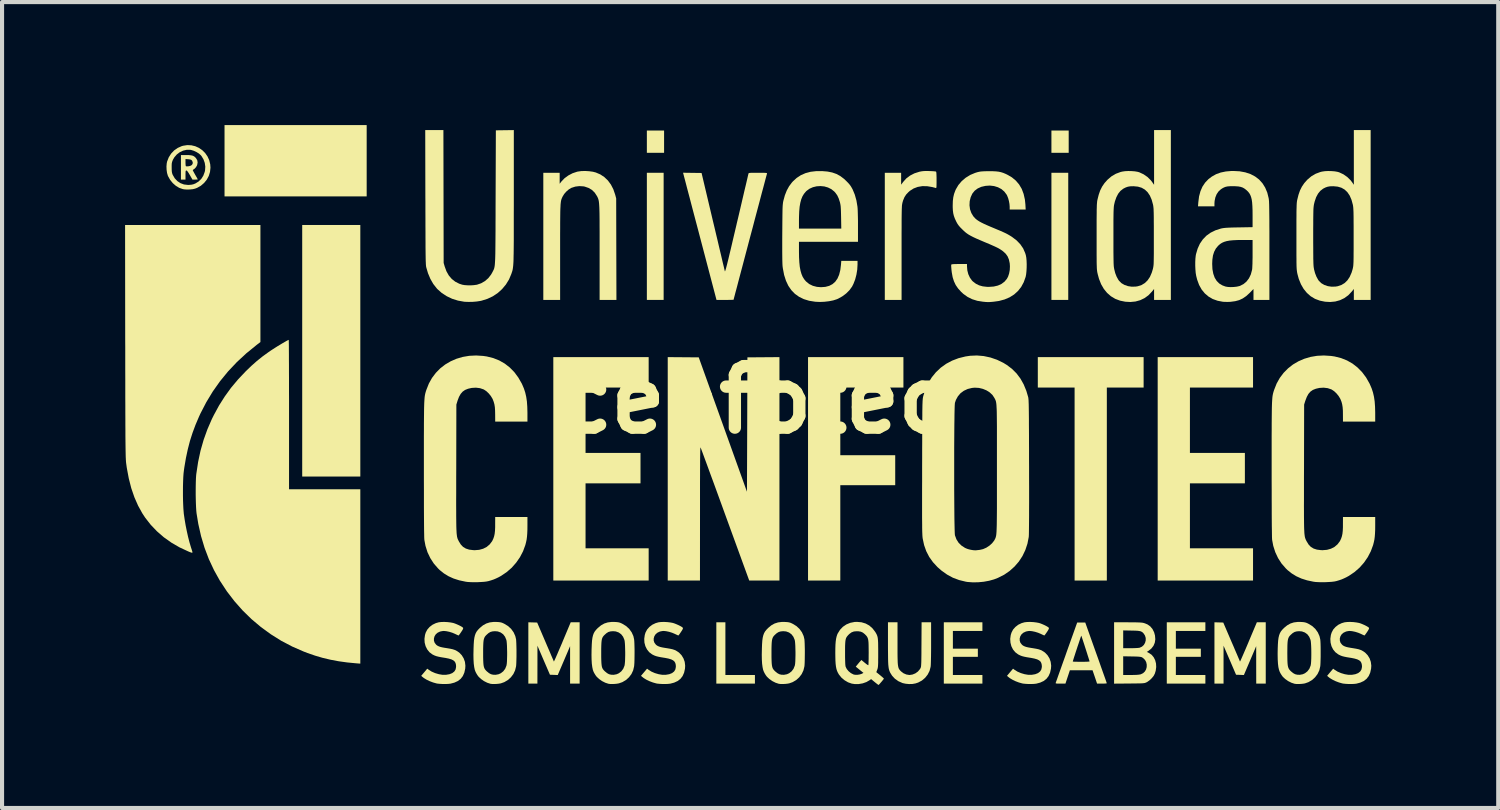
<source format=kicad_pcb>
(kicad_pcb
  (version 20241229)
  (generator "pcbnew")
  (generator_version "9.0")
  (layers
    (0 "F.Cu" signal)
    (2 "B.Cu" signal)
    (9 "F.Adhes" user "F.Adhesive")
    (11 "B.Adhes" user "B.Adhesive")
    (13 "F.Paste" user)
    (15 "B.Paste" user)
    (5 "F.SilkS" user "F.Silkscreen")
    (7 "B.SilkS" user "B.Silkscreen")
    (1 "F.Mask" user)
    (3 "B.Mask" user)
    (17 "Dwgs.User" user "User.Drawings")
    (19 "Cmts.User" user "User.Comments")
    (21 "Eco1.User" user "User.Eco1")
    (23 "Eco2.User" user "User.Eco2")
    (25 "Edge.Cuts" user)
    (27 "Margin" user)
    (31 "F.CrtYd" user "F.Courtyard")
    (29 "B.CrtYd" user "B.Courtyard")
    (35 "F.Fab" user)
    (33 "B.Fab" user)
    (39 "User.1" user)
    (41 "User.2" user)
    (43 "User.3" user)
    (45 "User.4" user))
  (footprint "cenfotec"
    (layer "F.Cu")
    (at 15.369 6.699)
    (property "Reference" "cenfotec" (at 0 0 0) (layer "F.SilkS") (effects (font (size 1.5 1.5) (thickness 0.3))))
    (attr board_only exclude_from_pos_files exclude_from_bom)
    (fp_poly (pts (xy -9.633 -1.196) (xy -9.633 1.871) (xy -10.342 1.871) (xy -11.05 1.871) (xy -11.05 -1.196) (xy -11.05 -4.263) (xy -10.342 -4.263) (xy -9.633 -4.263)) (stroke (width 0) (type solid)) (fill yes) (layer "F.SilkS"))
    (fp_poly (pts (xy -9.478 -5.83) (xy -9.478 -4.96) (xy -11.211 -4.96) (xy -12.944 -4.96) (xy -12.944 -5.83) (xy -12.944 -6.699) (xy -11.211 -6.699) (xy -9.478 -6.699)) (stroke (width 0) (type solid)) (fill yes) (layer "F.SilkS"))
    (fp_poly (pts (xy -2.237 -3.986) (xy -2.237 -2.436) (xy -2.441 -2.436) (xy -2.646 -2.436) (xy -2.646 -3.986) (xy -2.646 -5.536) (xy -2.441 -5.536) (xy -2.237 -5.536)) (stroke (width 0) (type solid)) (fill yes) (layer "F.SilkS"))
    (fp_poly (pts (xy -2.226 -6.295) (xy -2.226 -6.023) (xy -2.436 -6.023) (xy -2.646 -6.023) (xy -2.646 -6.295) (xy -2.646 -6.566) (xy -2.436 -6.566) (xy -2.226 -6.566)) (stroke (width 0) (type solid)) (fill yes) (layer "F.SilkS"))
    (fp_poly (pts (xy 7.629 -3.986) (xy 7.629 -2.436) (xy 7.424 -2.436) (xy 7.219 -2.436) (xy 7.219 -3.986) (xy 7.219 -5.536) (xy 7.424 -5.536) (xy 7.629 -5.536)) (stroke (width 0) (type solid)) (fill yes) (layer "F.SilkS"))
    (fp_poly (pts (xy 7.64 -6.295) (xy 7.64 -6.023) (xy 7.43 -6.023) (xy 7.219 -6.023) (xy 7.219 -6.295) (xy 7.219 -6.566) (xy 7.43 -6.566) (xy 7.64 -6.566)) (stroke (width 0) (type solid)) (fill yes) (layer "F.SilkS"))
    (fp_poly (pts (xy -0.731 6.068) (xy -0.731 6.71) (xy -0.371 6.71) (xy -0.011 6.71) (xy -0.011 6.815) (xy -0.011 6.92) (xy -0.482 6.92) (xy -0.952 6.92) (xy -0.952 6.173) (xy -0.952 5.425) (xy -0.842 5.425) (xy -0.731 5.425)) (stroke (width 0) (type solid)) (fill yes) (layer "F.SilkS"))
    (fp_poly (pts (xy 9.467 -0.67) (xy 9.467 -0.299) (xy 9.018 -0.299) (xy 8.57 -0.299) (xy 8.57 2.054) (xy 8.57 4.407) (xy 8.177 4.407) (xy 7.784 4.407) (xy 7.784 2.054) (xy 7.784 -0.299) (xy 7.335 -0.299) (xy 6.887 -0.299) (xy 6.887 -0.67) (xy 6.887 -1.041) (xy 8.177 -1.041) (xy 9.467 -1.041)) (stroke (width 0) (type solid)) (fill yes) (layer "F.SilkS"))
    (fp_poly (pts (xy 3.61 -0.67) (xy 3.61 -0.299) (xy 2.84 -0.299) (xy 2.071 -0.299) (xy 2.071 0.526) (xy 2.071 1.351) (xy 2.74 1.351) (xy 3.41 1.351) (xy 3.41 1.716) (xy 3.41 2.082) (xy 2.74 2.082) (xy 2.071 2.082) (xy 2.071 3.244) (xy 2.071 4.407) (xy 1.677 4.407) (xy 1.284 4.407) (xy 1.284 1.683) (xy 1.284 -1.041) (xy 2.447 -1.041) (xy 3.61 -1.041)) (stroke (width 0) (type solid)) (fill yes) (layer "F.SilkS"))
    (fp_poly (pts (xy -2.602 -0.67) (xy -2.602 -0.299) (xy -3.372 -0.299) (xy -4.141 -0.299) (xy -4.141 0.498) (xy -4.141 1.295) (xy -3.471 1.295) (xy -2.801 1.295) (xy -2.801 1.666) (xy -2.801 2.037) (xy -3.471 2.037) (xy -4.141 2.037) (xy -4.141 2.829) (xy -4.141 3.621) (xy -3.372 3.621) (xy -2.602 3.621) (xy -2.602 4.014) (xy -2.602 4.407) (xy -3.765 4.407) (xy -4.927 4.407) (xy -4.927 1.683) (xy -4.927 -1.041) (xy -3.765 -1.041) (xy -2.602 -1.041)) (stroke (width 0) (type solid)) (fill yes) (layer "F.SilkS"))
    (fp_poly (pts (xy 5.536 5.531) (xy 5.536 5.636) (xy 5.176 5.636) (xy 4.816 5.636) (xy 4.816 5.852) (xy 4.816 6.068) (xy 5.121 6.068) (xy 5.425 6.068) (xy 5.425 6.167) (xy 5.425 6.267) (xy 5.121 6.267) (xy 4.816 6.267) (xy 4.816 6.488) (xy 4.816 6.71) (xy 5.176 6.71) (xy 5.536 6.71) (xy 5.536 6.815) (xy 5.536 6.92) (xy 5.066 6.92) (xy 4.595 6.92) (xy 4.595 6.173) (xy 4.595 5.425) (xy 5.066 5.425) (xy 5.536 5.425)) (stroke (width 0) (type solid)) (fill yes) (layer "F.SilkS"))
    (fp_poly (pts (xy 10.973 5.531) (xy 10.973 5.636) (xy 10.613 5.636) (xy 10.253 5.636) (xy 10.253 5.852) (xy 10.253 6.068) (xy 10.557 6.068) (xy 10.862 6.068) (xy 10.862 6.167) (xy 10.862 6.267) (xy 10.557 6.267) (xy 10.253 6.267) (xy 10.253 6.488) (xy 10.253 6.71) (xy 10.613 6.71) (xy 10.973 6.71) (xy 10.973 6.815) (xy 10.973 6.92) (xy 10.502 6.92) (xy 10.032 6.92) (xy 10.032 6.173) (xy 10.032 5.425) (xy 10.502 5.425) (xy 10.973 5.425)) (stroke (width 0) (type solid)) (fill yes) (layer "F.SilkS"))
    (fp_poly (pts (xy 12.135 -0.67) (xy 12.135 -0.299) (xy 11.366 -0.299) (xy 10.596 -0.299) (xy 10.596 0.498) (xy 10.596 1.295) (xy 11.266 1.295) (xy 11.936 1.295) (xy 11.936 1.666) (xy 11.936 2.037) (xy 11.266 2.037) (xy 10.596 2.037) (xy 10.596 2.829) (xy 10.596 3.621) (xy 11.366 3.621) (xy 12.135 3.621) (xy 12.135 4.014) (xy 12.135 4.407) (xy 10.973 4.407) (xy 9.81 4.407) (xy 9.81 1.683) (xy 9.81 -1.041) (xy 10.973 -1.041) (xy 12.135 -1.041)) (stroke (width 0) (type solid)) (fill yes) (layer "F.SilkS"))
    (fp_poly (pts (xy -5.429 5.428) (xy -5.321 5.431) (xy -5.119 5.902) (xy -5.078 5.998) (xy -5.039 6.088) (xy -5.004 6.169) (xy -4.974 6.241) (xy -4.948 6.3) (xy -4.929 6.344) (xy -4.917 6.373) (xy -4.913 6.382) (xy -4.908 6.374) (xy -4.896 6.348) (xy -4.876 6.305) (xy -4.851 6.248) (xy -4.82 6.177) (xy -4.786 6.096) (xy -4.747 6.007) (xy -4.706 5.91) (xy -4.706 5.909) (xy -4.503 5.425) (xy -4.394 5.425) (xy -4.285 5.425) (xy -4.285 6.173) (xy -4.285 6.92) (xy -4.401 6.92) (xy -4.518 6.92) (xy -4.518 6.463) (xy -4.518 6.007) (xy -4.668 6.359) (xy -4.819 6.711) (xy -4.914 6.707) (xy -5.009 6.704) (xy -5.162 6.35) (xy -5.314 5.996) (xy -5.314 6.458) (xy -5.315 6.92) (xy -5.425 6.92) (xy -5.536 6.92) (xy -5.536 6.172) (xy -5.536 5.425)) (stroke (width 0) (type solid)) (fill yes) (layer "F.SilkS"))
    (fp_poly (pts (xy 11.302 5.428) (xy 11.409 5.431) (xy 11.611 5.902) (xy 11.653 5.998) (xy 11.691 6.088) (xy 11.726 6.169) (xy 11.757 6.241) (xy 11.782 6.3) (xy 11.801 6.344) (xy 11.813 6.373) (xy 11.817 6.382) (xy 11.822 6.374) (xy 11.835 6.348) (xy 11.854 6.305) (xy 11.879 6.248) (xy 11.91 6.177) (xy 11.945 6.096) (xy 11.983 6.007) (xy 12.024 5.91) (xy 12.024 5.909) (xy 12.228 5.425) (xy 12.337 5.425) (xy 12.445 5.425) (xy 12.445 6.173) (xy 12.445 6.92) (xy 12.329 6.92) (xy 12.213 6.92) (xy 12.212 6.463) (xy 12.212 6.007) (xy 12.062 6.359) (xy 11.912 6.711) (xy 11.816 6.707) (xy 11.721 6.704) (xy 11.569 6.35) (xy 11.416 5.996) (xy 11.416 6.458) (xy 11.416 6.92) (xy 11.305 6.92) (xy 11.194 6.92) (xy 11.194 6.172) (xy 11.194 5.425)) (stroke (width 0) (type solid)) (fill yes) (layer "F.SilkS"))
    (fp_poly (pts (xy -1.759 -1.038) (xy -1.381 -1.035) (xy -0.793 0.603) (xy -0.205 2.242) (xy -0.199 0.603) (xy -0.194 -1.035) (xy 0.197 -1.038) (xy 0.587 -1.041) (xy 0.587 1.683) (xy 0.587 4.407) (xy 0.218 4.407) (xy -0.15 4.407) (xy -0.736 2.799) (xy -0.802 2.617) (xy -0.866 2.441) (xy -0.928 2.271) (xy -0.987 2.109) (xy -1.043 1.956) (xy -1.096 1.813) (xy -1.144 1.681) (xy -1.188 1.561) (xy -1.227 1.455) (xy -1.261 1.363) (xy -1.289 1.287) (xy -1.311 1.228) (xy -1.326 1.187) (xy -1.334 1.166) (xy -1.336 1.163) (xy -1.338 1.162) (xy -1.339 1.169) (xy -1.341 1.184) (xy -1.343 1.208) (xy -1.344 1.243) (xy -1.345 1.289) (xy -1.346 1.346) (xy -1.347 1.417) (xy -1.348 1.502) (xy -1.348 1.601) (xy -1.349 1.716) (xy -1.349 1.848) (xy -1.35 1.998) (xy -1.35 2.166) (xy -1.35 2.353) (xy -1.35 2.561) (xy -1.35 2.771) (xy -1.351 4.407) (xy -1.744 4.407) (xy -2.137 4.407) (xy -2.137 1.683) (xy -2.137 -1.041)) (stroke (width 0) (type solid)) (fill yes) (layer "F.SilkS"))
    (fp_poly (pts (xy 4.245 -5.578) (xy 4.301 -5.576) (xy 4.349 -5.573) (xy 4.384 -5.569) (xy 4.403 -5.566) (xy 4.405 -5.565) (xy 4.41 -5.554) (xy 4.414 -5.527) (xy 4.416 -5.483) (xy 4.418 -5.42) (xy 4.418 -5.357) (xy 4.418 -5.286) (xy 4.417 -5.235) (xy 4.416 -5.199) (xy 4.413 -5.178) (xy 4.41 -5.167) (xy 4.404 -5.163) (xy 4.398 -5.165) (xy 4.378 -5.171) (xy 4.343 -5.18) (xy 4.313 -5.188) (xy 4.186 -5.209) (xy 4.068 -5.21) (xy 3.958 -5.191) (xy 3.858 -5.153) (xy 3.768 -5.096) (xy 3.736 -5.068) (xy 3.678 -5.007) (xy 3.635 -4.941) (xy 3.603 -4.864) (xy 3.587 -4.81) (xy 3.584 -4.796) (xy 3.581 -4.781) (xy 3.578 -4.764) (xy 3.575 -4.744) (xy 3.573 -4.719) (xy 3.572 -4.688) (xy 3.57 -4.65) (xy 3.569 -4.604) (xy 3.568 -4.547) (xy 3.567 -4.479) (xy 3.566 -4.398) (xy 3.566 -4.303) (xy 3.566 -4.193) (xy 3.565 -4.066) (xy 3.565 -3.921) (xy 3.565 -3.756) (xy 3.565 -3.58) (xy 3.565 -2.436) (xy 3.36 -2.436) (xy 3.156 -2.436) (xy 3.156 -3.986) (xy 3.156 -5.536) (xy 3.355 -5.536) (xy 3.554 -5.536) (xy 3.554 -5.391) (xy 3.554 -5.246) (xy 3.604 -5.313) (xy 3.679 -5.397) (xy 3.771 -5.467) (xy 3.877 -5.522) (xy 3.996 -5.56) (xy 4.012 -5.564) (xy 4.061 -5.573) (xy 4.112 -5.578) (xy 4.172 -5.58)) (stroke (width 0) (type solid)) (fill yes) (layer "F.SilkS"))
    (fp_poly (pts (xy -13.808 -5.967) (xy -13.755 -5.961) (xy -13.715 -5.951) (xy -13.683 -5.934) (xy -13.654 -5.908) (xy -13.642 -5.895) (xy -13.61 -5.844) (xy -13.6 -5.788) (xy -13.611 -5.728) (xy -13.621 -5.705) (xy -13.643 -5.669) (xy -13.67 -5.639) (xy -13.682 -5.63) (xy -13.705 -5.614) (xy -13.718 -5.601) (xy -13.718 -5.599) (xy -13.713 -5.587) (xy -13.699 -5.559) (xy -13.678 -5.521) (xy -13.658 -5.485) (xy -13.633 -5.442) (xy -13.613 -5.407) (xy -13.601 -5.383) (xy -13.597 -5.375) (xy -13.607 -5.372) (xy -13.633 -5.371) (xy -13.662 -5.37) (xy -13.727 -5.37) (xy -13.79 -5.481) (xy -13.821 -5.533) (xy -13.845 -5.568) (xy -13.862 -5.587) (xy -13.874 -5.592) (xy -13.884 -5.59) (xy -13.89 -5.582) (xy -13.894 -5.565) (xy -13.895 -5.533) (xy -13.896 -5.483) (xy -13.896 -5.481) (xy -13.896 -5.37) (xy -13.951 -5.37) (xy -14.007 -5.37) (xy -14.007 -5.669) (xy -14.007 -5.871) (xy -13.896 -5.871) (xy -13.896 -5.788) (xy -13.895 -5.748) (xy -13.892 -5.716) (xy -13.889 -5.699) (xy -13.888 -5.699) (xy -13.869 -5.692) (xy -13.835 -5.693) (xy -13.794 -5.7) (xy -13.782 -5.703) (xy -13.744 -5.723) (xy -13.722 -5.754) (xy -13.719 -5.792) (xy -13.735 -5.83) (xy -13.739 -5.836) (xy -13.757 -5.851) (xy -13.782 -5.86) (xy -13.822 -5.866) (xy -13.828 -5.866) (xy -13.896 -5.871) (xy -14.007 -5.871) (xy -14.007 -5.968) (xy -13.878 -5.968)) (stroke (width 0) (type solid)) (fill yes) (layer "F.SilkS"))
    (fp_poly (pts (xy 3.466 5.938) (xy 3.466 6.069) (xy 3.466 6.179) (xy 3.467 6.27) (xy 3.469 6.346) (xy 3.471 6.408) (xy 3.475 6.457) (xy 3.481 6.497) (xy 3.488 6.528) (xy 3.497 6.553) (xy 3.509 6.573) (xy 3.523 6.592) (xy 3.54 6.61) (xy 3.553 6.623) (xy 3.612 6.668) (xy 3.682 6.698) (xy 3.755 6.71) (xy 3.759 6.71) (xy 3.832 6.699) (xy 3.902 6.67) (xy 3.964 6.625) (xy 4.012 6.568) (xy 4.023 6.55) (xy 4.028 6.539) (xy 4.033 6.528) (xy 4.037 6.514) (xy 4.04 6.496) (xy 4.042 6.471) (xy 4.044 6.437) (xy 4.046 6.394) (xy 4.047 6.337) (xy 4.048 6.266) (xy 4.049 6.179) (xy 4.049 6.074) (xy 4.05 5.965) (xy 4.053 5.425) (xy 4.169 5.425) (xy 4.285 5.425) (xy 4.285 5.932) (xy 4.285 6.049) (xy 4.284 6.158) (xy 4.283 6.257) (xy 4.281 6.343) (xy 4.279 6.414) (xy 4.277 6.468) (xy 4.274 6.503) (xy 4.273 6.511) (xy 4.247 6.611) (xy 4.201 6.701) (xy 4.138 6.78) (xy 4.061 6.845) (xy 3.97 6.894) (xy 3.903 6.916) (xy 3.829 6.929) (xy 3.746 6.931) (xy 3.663 6.923) (xy 3.589 6.907) (xy 3.585 6.905) (xy 3.488 6.862) (xy 3.403 6.802) (xy 3.334 6.728) (xy 3.289 6.656) (xy 3.277 6.63) (xy 3.267 6.605) (xy 3.258 6.576) (xy 3.251 6.544) (xy 3.246 6.505) (xy 3.241 6.457) (xy 3.238 6.399) (xy 3.236 6.328) (xy 3.235 6.242) (xy 3.234 6.14) (xy 3.233 6.018) (xy 3.233 5.943) (xy 3.233 5.425) (xy 3.349 5.425) (xy 3.466 5.425)) (stroke (width 0) (type solid)) (fill yes) (layer "F.SilkS"))
    (fp_poly (pts (xy 8.306 6.167) (xy 8.35 6.289) (xy 8.391 6.405) (xy 8.429 6.514) (xy 8.464 6.612) (xy 8.495 6.7) (xy 8.522 6.775) (xy 8.543 6.835) (xy 8.558 6.879) (xy 8.567 6.905) (xy 8.569 6.912) (xy 8.559 6.915) (xy 8.532 6.918) (xy 8.491 6.92) (xy 8.451 6.92) (xy 8.332 6.92) (xy 8.277 6.757) (xy 8.221 6.594) (xy 7.945 6.594) (xy 7.669 6.594) (xy 7.615 6.757) (xy 7.561 6.92) (xy 7.439 6.92) (xy 7.386 6.92) (xy 7.351 6.919) (xy 7.332 6.916) (xy 7.323 6.911) (xy 7.323 6.903) (xy 7.324 6.901) (xy 7.328 6.887) (xy 7.34 6.855) (xy 7.358 6.805) (xy 7.381 6.739) (xy 7.409 6.66) (xy 7.442 6.568) (xy 7.478 6.466) (xy 7.508 6.382) (xy 7.74 6.382) (xy 7.75 6.384) (xy 7.779 6.386) (xy 7.824 6.387) (xy 7.88 6.388) (xy 7.944 6.389) (xy 8.009 6.388) (xy 8.065 6.387) (xy 8.11 6.385) (xy 8.139 6.382) (xy 8.149 6.38) (xy 8.146 6.367) (xy 8.137 6.337) (xy 8.123 6.292) (xy 8.105 6.236) (xy 8.085 6.172) (xy 8.063 6.103) (xy 8.04 6.032) (xy 8.018 5.963) (xy 7.997 5.899) (xy 7.978 5.842) (xy 7.963 5.796) (xy 7.952 5.765) (xy 7.947 5.751) (xy 7.947 5.751) (xy 7.943 5.76) (xy 7.933 5.787) (xy 7.919 5.829) (xy 7.901 5.883) (xy 7.88 5.946) (xy 7.857 6.013) (xy 7.834 6.084) (xy 7.811 6.153) (xy 7.79 6.219) (xy 7.771 6.277) (xy 7.756 6.326) (xy 7.745 6.361) (xy 7.74 6.38) (xy 7.74 6.382) (xy 7.508 6.382) (xy 7.518 6.355) (xy 7.56 6.237) (xy 7.588 6.156) (xy 7.847 5.431) (xy 7.945 5.431) (xy 8.044 5.431)) (stroke (width 0) (type solid)) (fill yes) (layer "F.SilkS"))
    (fp_poly (pts (xy -13.752 -6.206) (xy -13.657 -6.183) (xy -13.568 -6.143) (xy -13.487 -6.087) (xy -13.417 -6.018) (xy -13.36 -5.936) (xy -13.318 -5.845) (xy -13.293 -5.744) (xy -13.287 -5.66) (xy -13.298 -5.557) (xy -13.328 -5.459) (xy -13.377 -5.368) (xy -13.442 -5.288) (xy -13.521 -5.22) (xy -13.611 -5.169) (xy -13.66 -5.15) (xy -13.717 -5.136) (xy -13.787 -5.129) (xy -13.861 -5.127) (xy -13.93 -5.132) (xy -13.965 -5.139) (xy -14.05 -5.169) (xy -14.131 -5.218) (xy -14.205 -5.283) (xy -14.269 -5.361) (xy -14.318 -5.447) (xy -14.328 -5.47) (xy -14.346 -5.533) (xy -14.357 -5.609) (xy -14.359 -5.666) (xy -14.233 -5.666) (xy -14.233 -5.664) (xy -14.232 -5.605) (xy -14.229 -5.563) (xy -14.223 -5.53) (xy -14.214 -5.501) (xy -14.208 -5.487) (xy -14.158 -5.401) (xy -14.094 -5.333) (xy -14.019 -5.283) (xy -13.933 -5.251) (xy -13.838 -5.24) (xy -13.813 -5.24) (xy -13.754 -5.245) (xy -13.706 -5.255) (xy -13.658 -5.274) (xy -13.657 -5.274) (xy -13.577 -5.323) (xy -13.511 -5.387) (xy -13.461 -5.466) (xy -13.427 -5.558) (xy -13.419 -5.594) (xy -13.413 -5.685) (xy -13.426 -5.777) (xy -13.458 -5.865) (xy -13.506 -5.944) (xy -13.525 -5.966) (xy -13.569 -6.005) (xy -13.627 -6.041) (xy -13.692 -6.072) (xy -13.754 -6.091) (xy -13.778 -6.096) (xy -13.867 -6.096) (xy -13.954 -6.076) (xy -14.035 -6.038) (xy -14.107 -5.983) (xy -14.167 -5.914) (xy -14.203 -5.852) (xy -14.216 -5.82) (xy -14.225 -5.792) (xy -14.231 -5.761) (xy -14.233 -5.721) (xy -14.233 -5.666) (xy -14.359 -5.666) (xy -14.36 -5.688) (xy -14.354 -5.762) (xy -14.345 -5.808) (xy -14.304 -5.913) (xy -14.246 -6.004) (xy -14.173 -6.081) (xy -14.086 -6.142) (xy -13.987 -6.186) (xy -13.955 -6.195) (xy -13.852 -6.211)) (stroke (width 0) (type solid)) (fill yes) (layer "F.SilkS"))
    (fp_poly (pts (xy -4.054 -5.574) (xy -3.96 -5.561) (xy -3.891 -5.543) (xy -3.781 -5.496) (xy -3.683 -5.431) (xy -3.596 -5.348) (xy -3.523 -5.249) (xy -3.464 -5.135) (xy -3.42 -5.007) (xy -3.419 -5.005) (xy -3.394 -4.911) (xy -3.391 -3.673) (xy -3.388 -2.436) (xy -3.593 -2.436) (xy -3.798 -2.436) (xy -3.798 -3.596) (xy -3.798 -3.788) (xy -3.798 -3.96) (xy -3.798 -4.112) (xy -3.799 -4.246) (xy -3.799 -4.363) (xy -3.8 -4.464) (xy -3.801 -4.551) (xy -3.803 -4.626) (xy -3.805 -4.689) (xy -3.808 -4.741) (xy -3.811 -4.785) (xy -3.815 -4.821) (xy -3.819 -4.851) (xy -3.825 -4.876) (xy -3.831 -4.898) (xy -3.838 -4.917) (xy -3.846 -4.935) (xy -3.855 -4.954) (xy -3.863 -4.968) (xy -3.916 -5.05) (xy -3.984 -5.117) (xy -4.067 -5.166) (xy -4.162 -5.199) (xy -4.194 -5.205) (xy -4.292 -5.211) (xy -4.391 -5.199) (xy -4.484 -5.169) (xy -4.49 -5.167) (xy -4.55 -5.13) (xy -4.609 -5.079) (xy -4.661 -5.02) (xy -4.698 -4.96) (xy -4.708 -4.94) (xy -4.716 -4.922) (xy -4.724 -4.903) (xy -4.731 -4.883) (xy -4.737 -4.86) (xy -4.742 -4.833) (xy -4.746 -4.8) (xy -4.75 -4.761) (xy -4.752 -4.713) (xy -4.755 -4.657) (xy -4.757 -4.589) (xy -4.758 -4.509) (xy -4.759 -4.416) (xy -4.76 -4.309) (xy -4.76 -4.185) (xy -4.761 -4.044) (xy -4.761 -3.884) (xy -4.761 -3.704) (xy -4.761 -3.59) (xy -4.761 -2.436) (xy -4.966 -2.436) (xy -5.171 -2.436) (xy -5.171 -3.986) (xy -5.171 -5.536) (xy -4.971 -5.536) (xy -4.772 -5.536) (xy -4.772 -5.402) (xy -4.772 -5.268) (xy -4.728 -5.325) (xy -4.652 -5.404) (xy -4.56 -5.471) (xy -4.457 -5.525) (xy -4.346 -5.562) (xy -4.332 -5.565) (xy -4.248 -5.577) (xy -4.153 -5.58)) (stroke (width 0) (type solid)) (fill yes) (layer "F.SilkS"))
    (fp_poly (pts (xy -11.378 -1.451) (xy -11.377 -1.419) (xy -11.376 -1.367) (xy -11.375 -1.297) (xy -11.375 -1.209) (xy -11.374 -1.105) (xy -11.374 -0.985) (xy -11.373 -0.852) (xy -11.373 -0.705) (xy -11.372 -0.547) (xy -11.372 -0.378) (xy -11.372 -0.2) (xy -11.371 -0.014) (xy -11.371 0.18) (xy -11.371 0.36) (xy -11.371 2.181) (xy -10.502 2.181) (xy -9.633 2.181) (xy -9.633 4.307) (xy -9.633 6.433) (xy -9.658 6.431) (xy -9.685 6.429) (xy -9.721 6.426) (xy -9.727 6.426) (xy -9.953 6.404) (xy -10.162 6.375) (xy -10.359 6.338) (xy -10.549 6.293) (xy -10.736 6.238) (xy -10.925 6.173) (xy -11.017 6.137) (xy -11.294 6.016) (xy -11.561 5.876) (xy -11.815 5.717) (xy -12.058 5.54) (xy -12.287 5.347) (xy -12.502 5.137) (xy -12.701 4.912) (xy -12.885 4.673) (xy -13.052 4.419) (xy -13.057 4.412) (xy -13.201 4.153) (xy -13.326 3.886) (xy -13.431 3.609) (xy -13.517 3.322) (xy -13.584 3.025) (xy -13.627 2.763) (xy -13.633 2.701) (xy -13.638 2.621) (xy -13.642 2.528) (xy -13.645 2.426) (xy -13.647 2.318) (xy -13.647 2.209) (xy -13.646 2.102) (xy -13.644 2.003) (xy -13.641 1.915) (xy -13.636 1.842) (xy -13.632 1.805) (xy -13.588 1.515) (xy -13.529 1.239) (xy -13.453 0.974) (xy -13.361 0.718) (xy -13.252 0.467) (xy -13.204 0.371) (xy -13.077 0.137) (xy -12.938 -0.082) (xy -12.787 -0.291) (xy -12.618 -0.493) (xy -12.431 -0.691) (xy -12.424 -0.698) (xy -12.289 -0.828) (xy -12.157 -0.945) (xy -12.023 -1.053) (xy -11.878 -1.158) (xy -11.819 -1.199) (xy -11.77 -1.231) (xy -11.714 -1.267) (xy -11.654 -1.305) (xy -11.592 -1.342) (xy -11.533 -1.378) (xy -11.479 -1.409) (xy -11.434 -1.435) (xy -11.4 -1.453) (xy -11.38 -1.461) (xy -11.378 -1.462)) (stroke (width 0) (type solid)) (fill yes) (layer "F.SilkS"))
    (fp_poly (pts (xy -12.069 -2.836) (xy -12.069 -1.409) (xy -12.16 -1.339) (xy -12.412 -1.134) (xy -12.644 -0.919) (xy -12.858 -0.692) (xy -13.053 -0.454) (xy -13.23 -0.204) (xy -13.389 0.059) (xy -13.532 0.335) (xy -13.568 0.414) (xy -13.652 0.611) (xy -13.724 0.805) (xy -13.787 1.002) (xy -13.84 1.207) (xy -13.886 1.422) (xy -13.925 1.653) (xy -13.936 1.733) (xy -13.944 1.802) (xy -13.95 1.889) (xy -13.954 1.989) (xy -13.957 2.1) (xy -13.958 2.217) (xy -13.958 2.335) (xy -13.956 2.451) (xy -13.952 2.56) (xy -13.947 2.66) (xy -13.94 2.744) (xy -13.937 2.779) (xy -13.917 2.915) (xy -13.893 3.058) (xy -13.864 3.202) (xy -13.833 3.342) (xy -13.8 3.47) (xy -13.772 3.565) (xy -13.758 3.611) (xy -13.743 3.656) (xy -13.735 3.684) (xy -13.727 3.709) (xy -13.727 3.724) (xy -13.735 3.729) (xy -13.756 3.725) (xy -13.792 3.712) (xy -13.835 3.694) (xy -14.045 3.596) (xy -14.241 3.482) (xy -14.424 3.352) (xy -14.592 3.206) (xy -14.744 3.047) (xy -14.879 2.874) (xy -14.948 2.769) (xy -15.052 2.581) (xy -15.142 2.376) (xy -15.218 2.155) (xy -15.279 1.916) (xy -15.327 1.66) (xy -15.343 1.545) (xy -15.345 1.527) (xy -15.347 1.508) (xy -15.348 1.487) (xy -15.35 1.462) (xy -15.351 1.434) (xy -15.353 1.4) (xy -15.354 1.361) (xy -15.355 1.315) (xy -15.356 1.262) (xy -15.357 1.2) (xy -15.358 1.13) (xy -15.359 1.049) (xy -15.36 0.958) (xy -15.361 0.855) (xy -15.361 0.739) (xy -15.362 0.61) (xy -15.362 0.467) (xy -15.363 0.309) (xy -15.363 0.135) (xy -15.364 -0.055) (xy -15.364 -0.263) (xy -15.364 -0.49) (xy -15.365 -0.735) (xy -15.365 -1.001) (xy -15.365 -1.288) (xy -15.366 -1.437) (xy -15.369 -4.263) (xy -13.719 -4.263) (xy -12.069 -4.263)) (stroke (width 0) (type solid)) (fill yes) (layer "F.SilkS"))
    (fp_poly (pts (xy 9.179 5.426) (xy 9.261 5.426) (xy 9.327 5.428) (xy 9.378 5.43) (xy 9.418 5.433) (xy 9.449 5.437) (xy 9.473 5.443) (xy 9.558 5.475) (xy 9.628 5.524) (xy 9.683 5.589) (xy 9.723 5.669) (xy 9.744 5.746) (xy 9.752 5.84) (xy 9.739 5.924) (xy 9.707 5.999) (xy 9.655 6.066) (xy 9.587 6.12) (xy 9.545 6.148) (xy 9.6 6.175) (xy 9.663 6.218) (xy 9.712 6.277) (xy 9.748 6.348) (xy 9.769 6.428) (xy 9.774 6.515) (xy 9.762 6.605) (xy 9.741 6.675) (xy 9.712 6.731) (xy 9.667 6.787) (xy 9.613 6.838) (xy 9.556 6.879) (xy 9.539 6.888) (xy 9.523 6.895) (xy 9.508 6.901) (xy 9.491 6.906) (xy 9.47 6.909) (xy 9.441 6.912) (xy 9.403 6.914) (xy 9.353 6.915) (xy 9.288 6.916) (xy 9.205 6.917) (xy 9.115 6.918) (xy 8.747 6.921) (xy 8.747 6.254) (xy 8.969 6.254) (xy 8.969 6.482) (xy 8.969 6.71) (xy 9.155 6.71) (xy 9.241 6.709) (xy 9.308 6.706) (xy 9.358 6.701) (xy 9.393 6.694) (xy 9.396 6.694) (xy 9.453 6.666) (xy 9.497 6.625) (xy 9.527 6.574) (xy 9.542 6.516) (xy 9.543 6.456) (xy 9.53 6.397) (xy 9.501 6.343) (xy 9.456 6.298) (xy 9.428 6.28) (xy 9.412 6.273) (xy 9.388 6.268) (xy 9.354 6.264) (xy 9.307 6.261) (xy 9.243 6.259) (xy 9.182 6.258) (xy 8.969 6.254) (xy 8.747 6.254) (xy 8.747 6.173) (xy 8.747 5.623) (xy 8.969 5.623) (xy 8.969 5.84) (xy 8.969 6.057) (xy 9.149 6.057) (xy 9.213 6.056) (xy 9.272 6.054) (xy 9.322 6.051) (xy 9.358 6.047) (xy 9.37 6.045) (xy 9.427 6.019) (xy 9.472 5.978) (xy 9.502 5.926) (xy 9.518 5.868) (xy 9.518 5.807) (xy 9.5 5.748) (xy 9.465 5.695) (xy 9.464 5.693) (xy 9.443 5.672) (xy 9.421 5.657) (xy 9.396 5.645) (xy 9.364 5.638) (xy 9.321 5.632) (xy 9.263 5.629) (xy 9.187 5.627) (xy 9.171 5.627) (xy 8.969 5.623) (xy 8.747 5.623) (xy 8.747 5.425) (xy 9.077 5.425)) (stroke (width 0) (type solid)) (fill yes) (layer "F.SilkS"))
    (fp_poly (pts (xy -6.308 5.417) (xy -6.254 5.42) (xy -6.214 5.426) (xy -6.18 5.435) (xy -6.143 5.451) (xy -6.119 5.463) (xy -6.029 5.518) (xy -5.954 5.588) (xy -5.895 5.67) (xy -5.854 5.761) (xy -5.835 5.841) (xy -5.832 5.881) (xy -5.829 5.94) (xy -5.827 6.011) (xy -5.825 6.092) (xy -5.825 6.176) (xy -5.825 6.261) (xy -5.827 6.34) (xy -5.829 6.411) (xy -5.832 6.468) (xy -5.835 6.499) (xy -5.859 6.597) (xy -5.901 6.687) (xy -5.961 6.766) (xy -6.035 6.833) (xy -6.122 6.884) (xy -6.206 6.914) (xy -6.251 6.922) (xy -6.308 6.928) (xy -6.368 6.93) (xy -6.422 6.929) (xy -6.461 6.924) (xy -6.538 6.899) (xy -6.617 6.859) (xy -6.69 6.808) (xy -6.749 6.752) (xy -6.777 6.715) (xy -6.805 6.669) (xy -6.822 6.636) (xy -6.842 6.584) (xy -6.856 6.517) (xy -6.867 6.434) (xy -6.873 6.333) (xy -6.875 6.214) (xy -6.874 6.173) (xy -6.638 6.173) (xy -6.638 6.273) (xy -6.636 6.355) (xy -6.633 6.42) (xy -6.628 6.471) (xy -6.62 6.511) (xy -6.609 6.543) (xy -6.595 6.569) (xy -6.576 6.593) (xy -6.552 6.618) (xy -6.552 6.618) (xy -6.498 6.663) (xy -6.447 6.691) (xy -6.393 6.704) (xy -6.331 6.705) (xy -6.262 6.692) (xy -6.209 6.668) (xy -6.148 6.621) (xy -6.101 6.559) (xy -6.071 6.485) (xy -6.067 6.469) (xy -6.061 6.429) (xy -6.057 6.373) (xy -6.055 6.305) (xy -6.053 6.229) (xy -6.053 6.15) (xy -6.055 6.072) (xy -6.057 5.998) (xy -6.061 5.935) (xy -6.066 5.885) (xy -6.072 5.855) (xy -6.104 5.778) (xy -6.15 5.717) (xy -6.21 5.674) (xy -6.281 5.648) (xy -6.35 5.642) (xy -6.411 5.647) (xy -6.461 5.661) (xy -6.508 5.689) (xy -6.552 5.728) (xy -6.576 5.752) (xy -6.595 5.776) (xy -6.609 5.803) (xy -6.62 5.835) (xy -6.628 5.875) (xy -6.633 5.926) (xy -6.636 5.991) (xy -6.638 6.072) (xy -6.638 6.172) (xy -6.638 6.173) (xy -6.874 6.173) (xy -6.872 6.073) (xy -6.872 6.068) (xy -6.868 5.961) (xy -6.862 5.873) (xy -6.852 5.801) (xy -6.838 5.742) (xy -6.819 5.691) (xy -6.794 5.647) (xy -6.761 5.606) (xy -6.72 5.564) (xy -6.718 5.562) (xy -6.642 5.499) (xy -6.563 5.455) (xy -6.479 5.428) (xy -6.384 5.416)) (stroke (width 0) (type solid)) (fill yes) (layer "F.SilkS"))
    (fp_poly (pts (xy -3.43 5.417) (xy -3.376 5.42) (xy -3.335 5.426) (xy -3.301 5.435) (xy -3.264 5.451) (xy -3.24 5.463) (xy -3.15 5.518) (xy -3.075 5.588) (xy -3.016 5.67) (xy -2.975 5.761) (xy -2.957 5.841) (xy -2.953 5.881) (xy -2.95 5.94) (xy -2.948 6.011) (xy -2.946 6.092) (xy -2.946 6.176) (xy -2.947 6.261) (xy -2.948 6.34) (xy -2.95 6.411) (xy -2.954 6.468) (xy -2.957 6.499) (xy -2.98 6.597) (xy -3.022 6.687) (xy -3.082 6.766) (xy -3.156 6.833) (xy -3.243 6.884) (xy -3.328 6.914) (xy -3.373 6.922) (xy -3.429 6.928) (xy -3.489 6.93) (xy -3.543 6.929) (xy -3.582 6.924) (xy -3.659 6.899) (xy -3.738 6.859) (xy -3.811 6.808) (xy -3.87 6.752) (xy -3.898 6.715) (xy -3.926 6.669) (xy -3.944 6.636) (xy -3.963 6.584) (xy -3.977 6.517) (xy -3.988 6.434) (xy -3.994 6.333) (xy -3.996 6.214) (xy -3.995 6.173) (xy -3.759 6.173) (xy -3.759 6.273) (xy -3.757 6.355) (xy -3.754 6.42) (xy -3.749 6.471) (xy -3.742 6.511) (xy -3.731 6.543) (xy -3.716 6.569) (xy -3.697 6.593) (xy -3.673 6.618) (xy -3.673 6.618) (xy -3.619 6.663) (xy -3.569 6.691) (xy -3.514 6.704) (xy -3.452 6.705) (xy -3.383 6.692) (xy -3.33 6.668) (xy -3.269 6.621) (xy -3.222 6.559) (xy -3.192 6.485) (xy -3.188 6.469) (xy -3.183 6.429) (xy -3.178 6.373) (xy -3.176 6.305) (xy -3.174 6.229) (xy -3.174 6.15) (xy -3.176 6.072) (xy -3.178 5.998) (xy -3.182 5.935) (xy -3.187 5.885) (xy -3.193 5.855) (xy -3.225 5.778) (xy -3.272 5.717) (xy -3.331 5.674) (xy -3.403 5.648) (xy -3.471 5.642) (xy -3.533 5.647) (xy -3.583 5.661) (xy -3.629 5.689) (xy -3.673 5.728) (xy -3.697 5.752) (xy -3.716 5.776) (xy -3.731 5.803) (xy -3.742 5.835) (xy -3.749 5.875) (xy -3.754 5.926) (xy -3.757 5.991) (xy -3.759 6.072) (xy -3.759 6.172) (xy -3.759 6.173) (xy -3.995 6.173) (xy -3.994 6.073) (xy -3.993 6.068) (xy -3.989 5.961) (xy -3.983 5.873) (xy -3.973 5.801) (xy -3.959 5.742) (xy -3.94 5.691) (xy -3.915 5.647) (xy -3.882 5.606) (xy -3.842 5.564) (xy -3.839 5.562) (xy -3.763 5.499) (xy -3.685 5.455) (xy -3.6 5.428) (xy -3.505 5.416)) (stroke (width 0) (type solid)) (fill yes) (layer "F.SilkS"))
    (fp_poly (pts (xy 0.722 5.417) (xy 0.776 5.42) (xy 0.817 5.426) (xy 0.851 5.435) (xy 0.888 5.451) (xy 0.912 5.463) (xy 1.002 5.518) (xy 1.077 5.588) (xy 1.136 5.67) (xy 1.177 5.761) (xy 1.196 5.841) (xy 1.199 5.881) (xy 1.202 5.94) (xy 1.204 6.011) (xy 1.206 6.092) (xy 1.206 6.176) (xy 1.205 6.261) (xy 1.204 6.34) (xy 1.202 6.411) (xy 1.199 6.468) (xy 1.196 6.499) (xy 1.172 6.597) (xy 1.13 6.687) (xy 1.07 6.766) (xy 0.996 6.833) (xy 0.909 6.884) (xy 0.825 6.914) (xy 0.78 6.922) (xy 0.723 6.928) (xy 0.663 6.93) (xy 0.609 6.929) (xy 0.57 6.924) (xy 0.493 6.899) (xy 0.414 6.859) (xy 0.341 6.808) (xy 0.282 6.752) (xy 0.254 6.715) (xy 0.226 6.669) (xy 0.209 6.636) (xy 0.189 6.584) (xy 0.175 6.517) (xy 0.164 6.434) (xy 0.158 6.333) (xy 0.156 6.214) (xy 0.157 6.173) (xy 0.393 6.173) (xy 0.393 6.273) (xy 0.395 6.355) (xy 0.398 6.42) (xy 0.403 6.471) (xy 0.411 6.511) (xy 0.421 6.543) (xy 0.436 6.569) (xy 0.455 6.593) (xy 0.479 6.618) (xy 0.479 6.618) (xy 0.533 6.663) (xy 0.584 6.691) (xy 0.638 6.704) (xy 0.7 6.705) (xy 0.769 6.692) (xy 0.822 6.668) (xy 0.883 6.621) (xy 0.93 6.559) (xy 0.96 6.485) (xy 0.964 6.469) (xy 0.97 6.429) (xy 0.974 6.373) (xy 0.976 6.305) (xy 0.978 6.229) (xy 0.978 6.15) (xy 0.976 6.072) (xy 0.974 5.998) (xy 0.97 5.935) (xy 0.965 5.885) (xy 0.959 5.855) (xy 0.927 5.778) (xy 0.88 5.717) (xy 0.821 5.674) (xy 0.75 5.648) (xy 0.681 5.642) (xy 0.62 5.647) (xy 0.57 5.661) (xy 0.523 5.689) (xy 0.479 5.728) (xy 0.455 5.752) (xy 0.436 5.776) (xy 0.422 5.803) (xy 0.411 5.835) (xy 0.403 5.875) (xy 0.398 5.926) (xy 0.395 5.991) (xy 0.393 6.072) (xy 0.393 6.172) (xy 0.393 6.173) (xy 0.157 6.173) (xy 0.159 6.073) (xy 0.159 6.068) (xy 0.163 5.961) (xy 0.169 5.873) (xy 0.179 5.801) (xy 0.193 5.742) (xy 0.212 5.691) (xy 0.237 5.647) (xy 0.27 5.606) (xy 0.311 5.564) (xy 0.313 5.562) (xy 0.389 5.499) (xy 0.468 5.455) (xy 0.552 5.428) (xy 0.647 5.416)) (stroke (width 0) (type solid)) (fill yes) (layer "F.SilkS"))
    (fp_poly (pts (xy 13.301 5.417) (xy 13.355 5.42) (xy 13.395 5.426) (xy 13.429 5.435) (xy 13.467 5.451) (xy 13.49 5.463) (xy 13.58 5.518) (xy 13.655 5.588) (xy 13.714 5.67) (xy 13.755 5.761) (xy 13.774 5.841) (xy 13.778 5.881) (xy 13.781 5.94) (xy 13.783 6.011) (xy 13.784 6.092) (xy 13.784 6.176) (xy 13.784 6.261) (xy 13.782 6.34) (xy 13.78 6.411) (xy 13.777 6.468) (xy 13.774 6.499) (xy 13.751 6.597) (xy 13.708 6.687) (xy 13.648 6.766) (xy 13.574 6.833) (xy 13.487 6.884) (xy 13.403 6.914) (xy 13.358 6.922) (xy 13.301 6.928) (xy 13.242 6.93) (xy 13.187 6.929) (xy 13.148 6.924) (xy 13.071 6.899) (xy 12.992 6.859) (xy 12.919 6.808) (xy 12.86 6.752) (xy 12.833 6.715) (xy 12.804 6.669) (xy 12.787 6.636) (xy 12.768 6.584) (xy 12.753 6.517) (xy 12.743 6.434) (xy 12.737 6.333) (xy 12.735 6.214) (xy 12.735 6.173) (xy 12.971 6.173) (xy 12.972 6.273) (xy 12.973 6.355) (xy 12.976 6.42) (xy 12.981 6.471) (xy 12.989 6.511) (xy 13 6.543) (xy 13.014 6.569) (xy 13.033 6.593) (xy 13.057 6.618) (xy 13.057 6.618) (xy 13.111 6.663) (xy 13.162 6.691) (xy 13.216 6.704) (xy 13.279 6.705) (xy 13.347 6.692) (xy 13.4 6.668) (xy 13.461 6.621) (xy 13.508 6.559) (xy 13.538 6.485) (xy 13.542 6.469) (xy 13.548 6.429) (xy 13.552 6.373) (xy 13.555 6.305) (xy 13.556 6.229) (xy 13.556 6.15) (xy 13.555 6.072) (xy 13.552 5.998) (xy 13.548 5.935) (xy 13.543 5.885) (xy 13.537 5.855) (xy 13.505 5.778) (xy 13.459 5.717) (xy 13.399 5.674) (xy 13.328 5.648) (xy 13.259 5.642) (xy 13.198 5.647) (xy 13.148 5.661) (xy 13.101 5.689) (xy 13.057 5.728) (xy 13.033 5.752) (xy 13.014 5.776) (xy 13 5.803) (xy 12.989 5.835) (xy 12.981 5.875) (xy 12.976 5.926) (xy 12.973 5.991) (xy 12.972 6.072) (xy 12.971 6.172) (xy 12.971 6.173) (xy 12.735 6.173) (xy 12.737 6.073) (xy 12.737 6.068) (xy 12.741 5.961) (xy 12.747 5.873) (xy 12.757 5.801) (xy 12.771 5.742) (xy 12.79 5.691) (xy 12.815 5.647) (xy 12.848 5.606) (xy 12.889 5.564) (xy 12.891 5.562) (xy 12.968 5.499) (xy 13.046 5.455) (xy 13.13 5.428) (xy 13.225 5.416)) (stroke (width 0) (type solid)) (fill yes) (layer "F.SilkS"))
    (fp_poly (pts (xy -7.508 5.42) (xy -7.432 5.429) (xy -7.369 5.441) (xy -7.369 5.441) (xy -7.326 5.455) (xy -7.277 5.475) (xy -7.228 5.497) (xy -7.183 5.52) (xy -7.148 5.541) (xy -7.129 5.558) (xy -7.127 5.559) (xy -7.125 5.573) (xy -7.132 5.594) (xy -7.15 5.626) (xy -7.174 5.662) (xy -7.199 5.699) (xy -7.221 5.728) (xy -7.234 5.744) (xy -7.237 5.747) (xy -7.25 5.742) (xy -7.277 5.73) (xy -7.313 5.713) (xy -7.323 5.708) (xy -7.389 5.68) (xy -7.463 5.657) (xy -7.535 5.642) (xy -7.596 5.636) (xy -7.631 5.639) (xy -7.673 5.647) (xy -7.691 5.652) (xy -7.748 5.679) (xy -7.793 5.718) (xy -7.823 5.766) (xy -7.838 5.819) (xy -7.838 5.873) (xy -7.82 5.925) (xy -7.785 5.97) (xy -7.77 5.983) (xy -7.744 6) (xy -7.716 6.013) (xy -7.682 6.025) (xy -7.637 6.036) (xy -7.577 6.047) (xy -7.513 6.057) (xy -7.438 6.07) (xy -7.379 6.083) (xy -7.331 6.099) (xy -7.3 6.112) (xy -7.223 6.162) (xy -7.16 6.227) (xy -7.113 6.304) (xy -7.082 6.39) (xy -7.071 6.483) (xy -7.075 6.554) (xy -7.097 6.654) (xy -7.134 6.737) (xy -7.186 6.804) (xy -7.254 6.857) (xy -7.339 6.896) (xy -7.433 6.921) (xy -7.485 6.927) (xy -7.55 6.93) (xy -7.621 6.93) (xy -7.691 6.926) (xy -7.752 6.92) (xy -7.778 6.915) (xy -7.859 6.892) (xy -7.941 6.861) (xy -8.018 6.824) (xy -8.083 6.784) (xy -8.124 6.752) (xy -8.148 6.73) (xy -8.074 6.643) (xy -8.001 6.556) (xy -7.967 6.581) (xy -7.894 6.627) (xy -7.809 6.664) (xy -7.717 6.691) (xy -7.627 6.706) (xy -7.547 6.706) (xy -7.459 6.691) (xy -7.391 6.664) (xy -7.341 6.625) (xy -7.31 6.575) (xy -7.298 6.513) (xy -7.3 6.464) (xy -7.311 6.419) (xy -7.332 6.382) (xy -7.365 6.353) (xy -7.413 6.329) (xy -7.477 6.31) (xy -7.561 6.293) (xy -7.588 6.289) (xy -7.668 6.276) (xy -7.731 6.263) (xy -7.781 6.25) (xy -7.824 6.234) (xy -7.863 6.215) (xy -7.879 6.206) (xy -7.948 6.154) (xy -8.002 6.086) (xy -8.041 6.008) (xy -8.064 5.921) (xy -8.069 5.829) (xy -8.056 5.735) (xy -8.038 5.675) (xy -7.999 5.602) (xy -7.943 5.538) (xy -7.872 5.484) (xy -7.791 5.445) (xy -7.72 5.425) (xy -7.66 5.418) (xy -7.586 5.416)) (stroke (width 0) (type solid)) (fill yes) (layer "F.SilkS"))
    (fp_poly (pts (xy -2.149 5.42) (xy -2.073 5.429) (xy -2.01 5.441) (xy -2.01 5.441) (xy -1.967 5.455) (xy -1.918 5.475) (xy -1.869 5.497) (xy -1.824 5.52) (xy -1.789 5.541) (xy -1.77 5.558) (xy -1.768 5.559) (xy -1.766 5.573) (xy -1.773 5.594) (xy -1.791 5.626) (xy -1.815 5.662) (xy -1.84 5.699) (xy -1.861 5.728) (xy -1.875 5.744) (xy -1.878 5.747) (xy -1.891 5.742) (xy -1.917 5.73) (xy -1.954 5.713) (xy -1.964 5.708) (xy -2.03 5.68) (xy -2.104 5.657) (xy -2.176 5.642) (xy -2.237 5.636) (xy -2.272 5.639) (xy -2.314 5.647) (xy -2.332 5.652) (xy -2.389 5.679) (xy -2.434 5.718) (xy -2.464 5.766) (xy -2.479 5.819) (xy -2.479 5.873) (xy -2.461 5.925) (xy -2.426 5.97) (xy -2.411 5.983) (xy -2.385 6) (xy -2.357 6.013) (xy -2.323 6.025) (xy -2.278 6.036) (xy -2.218 6.047) (xy -2.154 6.057) (xy -2.079 6.07) (xy -2.02 6.083) (xy -1.972 6.099) (xy -1.941 6.112) (xy -1.864 6.162) (xy -1.801 6.227) (xy -1.754 6.304) (xy -1.723 6.39) (xy -1.712 6.483) (xy -1.716 6.554) (xy -1.738 6.654) (xy -1.775 6.737) (xy -1.827 6.804) (xy -1.895 6.857) (xy -1.98 6.896) (xy -2.074 6.921) (xy -2.126 6.927) (xy -2.191 6.93) (xy -2.262 6.93) (xy -2.332 6.926) (xy -2.393 6.92) (xy -2.419 6.915) (xy -2.5 6.892) (xy -2.582 6.861) (xy -2.659 6.824) (xy -2.724 6.784) (xy -2.764 6.752) (xy -2.789 6.73) (xy -2.715 6.643) (xy -2.641 6.556) (xy -2.608 6.581) (xy -2.535 6.627) (xy -2.45 6.664) (xy -2.358 6.691) (xy -2.268 6.706) (xy -2.188 6.706) (xy -2.1 6.691) (xy -2.032 6.664) (xy -1.982 6.625) (xy -1.951 6.575) (xy -1.939 6.513) (xy -1.941 6.464) (xy -1.952 6.419) (xy -1.973 6.382) (xy -2.006 6.353) (xy -2.054 6.329) (xy -2.118 6.31) (xy -2.202 6.293) (xy -2.229 6.289) (xy -2.309 6.276) (xy -2.372 6.263) (xy -2.422 6.25) (xy -2.465 6.234) (xy -2.504 6.215) (xy -2.52 6.206) (xy -2.589 6.154) (xy -2.643 6.086) (xy -2.682 6.008) (xy -2.705 5.921) (xy -2.71 5.829) (xy -2.697 5.735) (xy -2.679 5.675) (xy -2.64 5.602) (xy -2.584 5.538) (xy -2.513 5.484) (xy -2.431 5.445) (xy -2.361 5.425) (xy -2.301 5.418) (xy -2.227 5.416)) (stroke (width 0) (type solid)) (fill yes) (layer "F.SilkS"))
    (fp_poly (pts (xy 6.776 5.42) (xy 6.851 5.429) (xy 6.915 5.441) (xy 6.915 5.441) (xy 6.958 5.455) (xy 7.007 5.475) (xy 7.056 5.497) (xy 7.1 5.52) (xy 7.135 5.541) (xy 7.155 5.558) (xy 7.156 5.559) (xy 7.158 5.573) (xy 7.151 5.594) (xy 7.133 5.626) (xy 7.11 5.662) (xy 7.084 5.699) (xy 7.063 5.728) (xy 7.049 5.744) (xy 7.046 5.747) (xy 7.034 5.742) (xy 7.007 5.73) (xy 6.971 5.713) (xy 6.961 5.708) (xy 6.894 5.68) (xy 6.82 5.657) (xy 6.748 5.642) (xy 6.687 5.636) (xy 6.652 5.639) (xy 6.61 5.647) (xy 6.593 5.652) (xy 6.535 5.679) (xy 6.49 5.718) (xy 6.46 5.766) (xy 6.445 5.819) (xy 6.446 5.873) (xy 6.463 5.925) (xy 6.499 5.97) (xy 6.513 5.983) (xy 6.539 6) (xy 6.567 6.013) (xy 6.601 6.025) (xy 6.646 6.036) (xy 6.706 6.047) (xy 6.77 6.057) (xy 6.846 6.07) (xy 6.905 6.083) (xy 6.952 6.099) (xy 6.983 6.112) (xy 7.06 6.162) (xy 7.123 6.227) (xy 7.171 6.304) (xy 7.201 6.39) (xy 7.213 6.483) (xy 7.208 6.554) (xy 7.186 6.654) (xy 7.149 6.737) (xy 7.097 6.804) (xy 7.029 6.857) (xy 6.944 6.896) (xy 6.85 6.921) (xy 6.799 6.927) (xy 6.733 6.93) (xy 6.662 6.93) (xy 6.592 6.926) (xy 6.531 6.92) (xy 6.505 6.915) (xy 6.424 6.892) (xy 6.342 6.861) (xy 6.266 6.824) (xy 6.2 6.784) (xy 6.16 6.752) (xy 6.136 6.73) (xy 6.209 6.643) (xy 6.283 6.556) (xy 6.316 6.581) (xy 6.389 6.627) (xy 6.475 6.664) (xy 6.566 6.691) (xy 6.656 6.706) (xy 6.737 6.706) (xy 6.824 6.691) (xy 6.892 6.664) (xy 6.942 6.625) (xy 6.973 6.575) (xy 6.986 6.513) (xy 6.983 6.464) (xy 6.972 6.419) (xy 6.952 6.382) (xy 6.918 6.353) (xy 6.871 6.329) (xy 6.806 6.31) (xy 6.723 6.293) (xy 6.695 6.289) (xy 6.615 6.276) (xy 6.552 6.263) (xy 6.502 6.25) (xy 6.46 6.234) (xy 6.421 6.215) (xy 6.405 6.206) (xy 6.336 6.154) (xy 6.281 6.086) (xy 6.242 6.008) (xy 6.22 5.921) (xy 6.214 5.829) (xy 6.227 5.735) (xy 6.246 5.675) (xy 6.284 5.602) (xy 6.341 5.538) (xy 6.411 5.484) (xy 6.493 5.445) (xy 6.563 5.425) (xy 6.624 5.418) (xy 6.697 5.416)) (stroke (width 0) (type solid)) (fill yes) (layer "F.SilkS"))
    (fp_poly (pts (xy 14.582 5.42) (xy 14.657 5.429) (xy 14.721 5.441) (xy 14.721 5.441) (xy 14.764 5.455) (xy 14.813 5.475) (xy 14.862 5.497) (xy 14.906 5.52) (xy 14.941 5.541) (xy 14.961 5.558) (xy 14.962 5.559) (xy 14.964 5.573) (xy 14.957 5.594) (xy 14.939 5.626) (xy 14.916 5.662) (xy 14.89 5.699) (xy 14.869 5.728) (xy 14.855 5.744) (xy 14.852 5.747) (xy 14.84 5.742) (xy 14.813 5.73) (xy 14.777 5.713) (xy 14.767 5.708) (xy 14.7 5.68) (xy 14.626 5.657) (xy 14.554 5.642) (xy 14.493 5.636) (xy 14.458 5.639) (xy 14.416 5.647) (xy 14.399 5.652) (xy 14.341 5.679) (xy 14.296 5.718) (xy 14.266 5.766) (xy 14.251 5.819) (xy 14.252 5.873) (xy 14.269 5.925) (xy 14.305 5.97) (xy 14.319 5.983) (xy 14.345 6) (xy 14.373 6.013) (xy 14.407 6.025) (xy 14.452 6.036) (xy 14.512 6.047) (xy 14.576 6.057) (xy 14.652 6.07) (xy 14.711 6.083) (xy 14.758 6.099) (xy 14.789 6.112) (xy 14.866 6.162) (xy 14.929 6.227) (xy 14.977 6.304) (xy 15.007 6.39) (xy 15.019 6.483) (xy 15.014 6.554) (xy 14.992 6.654) (xy 14.955 6.737) (xy 14.903 6.804) (xy 14.835 6.857) (xy 14.75 6.896) (xy 14.656 6.921) (xy 14.605 6.927) (xy 14.539 6.93) (xy 14.468 6.93) (xy 14.398 6.926) (xy 14.337 6.92) (xy 14.311 6.915) (xy 14.23 6.892) (xy 14.148 6.861) (xy 14.072 6.824) (xy 14.006 6.784) (xy 13.966 6.752) (xy 13.942 6.73) (xy 14.015 6.643) (xy 14.089 6.556) (xy 14.122 6.581) (xy 14.195 6.627) (xy 14.281 6.664) (xy 14.372 6.691) (xy 14.462 6.706) (xy 14.543 6.706) (xy 14.63 6.691) (xy 14.698 6.664) (xy 14.748 6.625) (xy 14.779 6.575) (xy 14.792 6.513) (xy 14.789 6.464) (xy 14.778 6.419) (xy 14.758 6.382) (xy 14.725 6.353) (xy 14.677 6.329) (xy 14.612 6.31) (xy 14.529 6.293) (xy 14.501 6.289) (xy 14.421 6.276) (xy 14.358 6.263) (xy 14.308 6.25) (xy 14.266 6.234) (xy 14.227 6.215) (xy 14.211 6.206) (xy 14.142 6.154) (xy 14.087 6.086) (xy 14.048 6.008) (xy 14.026 5.921) (xy 14.02 5.829) (xy 14.033 5.735) (xy 14.052 5.675) (xy 14.09 5.602) (xy 14.147 5.538) (xy 14.217 5.484) (xy 14.299 5.445) (xy 14.369 5.425) (xy 14.43 5.418) (xy 14.503 5.416)) (stroke (width 0) (type solid)) (fill yes) (layer "F.SilkS"))
    (fp_poly (pts (xy -1.538 -5.534) (xy -1.312 -5.531) (xy -1.034 -4.357) (xy -0.996 -4.199) (xy -0.96 -4.046) (xy -0.925 -3.9) (xy -0.893 -3.763) (xy -0.863 -3.636) (xy -0.835 -3.519) (xy -0.811 -3.416) (xy -0.79 -3.326) (xy -0.772 -3.253) (xy -0.759 -3.196) (xy -0.75 -3.158) (xy -0.746 -3.14) (xy -0.746 -3.139) (xy -0.744 -3.134) (xy -0.741 -3.134) (xy -0.737 -3.14) (xy -0.732 -3.153) (xy -0.725 -3.175) (xy -0.716 -3.206) (xy -0.705 -3.247) (xy -0.691 -3.3) (xy -0.675 -3.366) (xy -0.655 -3.446) (xy -0.633 -3.54) (xy -0.606 -3.651) (xy -0.576 -3.778) (xy -0.542 -3.924) (xy -0.503 -4.089) (xy -0.459 -4.275) (xy -0.456 -4.291) (xy -0.418 -4.45) (xy -0.382 -4.603) (xy -0.348 -4.749) (xy -0.316 -4.887) (xy -0.286 -5.015) (xy -0.259 -5.131) (xy -0.234 -5.234) (xy -0.213 -5.324) (xy -0.196 -5.397) (xy -0.183 -5.454) (xy -0.174 -5.492) (xy -0.17 -5.51) (xy -0.169 -5.511) (xy -0.167 -5.52) (xy -0.162 -5.526) (xy -0.152 -5.53) (xy -0.134 -5.533) (xy -0.104 -5.535) (xy -0.061 -5.536) (xy -0.000434 -5.536) (xy 0.063 -5.536) (xy 0.139 -5.536) (xy 0.196 -5.536) (xy 0.236 -5.534) (xy 0.262 -5.532) (xy 0.277 -5.529) (xy 0.283 -5.525) (xy 0.284 -5.519) (xy 0.283 -5.517) (xy 0.28 -5.503) (xy 0.271 -5.47) (xy 0.257 -5.419) (xy 0.239 -5.351) (xy 0.217 -5.267) (xy 0.191 -5.169) (xy 0.161 -5.059) (xy 0.129 -4.938) (xy 0.095 -4.808) (xy 0.058 -4.669) (xy 0.019 -4.523) (xy -0.021 -4.373) (xy -0.061 -4.219) (xy -0.103 -4.062) (xy -0.145 -3.905) (xy -0.186 -3.749) (xy -0.227 -3.594) (xy -0.267 -3.443) (xy -0.305 -3.298) (xy -0.342 -3.159) (xy -0.377 -3.027) (xy -0.409 -2.906) (xy -0.438 -2.795) (xy -0.464 -2.696) (xy -0.487 -2.612) (xy -0.505 -2.542) (xy -0.519 -2.49) (xy -0.528 -2.455) (xy -0.531 -2.441) (xy -0.531 -2.44) (xy -0.542 -2.439) (xy -0.571 -2.438) (xy -0.616 -2.437) (xy -0.672 -2.436) (xy -0.737 -2.436) (xy -0.74 -2.436) (xy -0.948 -2.436) (xy -1.349 -3.961) (xy -1.396 -4.141) (xy -1.442 -4.314) (xy -1.486 -4.481) (xy -1.528 -4.64) (xy -1.567 -4.789) (xy -1.603 -4.928) (xy -1.637 -5.055) (xy -1.667 -5.169) (xy -1.693 -5.269) (xy -1.715 -5.354) (xy -1.733 -5.421) (xy -1.746 -5.471) (xy -1.754 -5.502) (xy -1.757 -5.512) (xy -1.763 -5.537)) (stroke (width 0) (type solid)) (fill yes) (layer "F.SilkS"))
    (fp_poly (pts (xy -5.89 -4.957) (xy -5.89 -4.729) (xy -5.891 -4.523) (xy -5.891 -4.337) (xy -5.891 -4.169) (xy -5.891 -4.019) (xy -5.891 -3.885) (xy -5.892 -3.767) (xy -5.893 -3.663) (xy -5.894 -3.573) (xy -5.896 -3.494) (xy -5.897 -3.426) (xy -5.899 -3.368) (xy -5.902 -3.318) (xy -5.905 -3.276) (xy -5.909 -3.24) (xy -5.913 -3.209) (xy -5.917 -3.183) (xy -5.922 -3.159) (xy -5.928 -3.137) (xy -5.935 -3.116) (xy -5.942 -3.095) (xy -5.95 -3.071) (xy -5.951 -3.068) (xy -6.008 -2.933) (xy -6.084 -2.81) (xy -6.176 -2.7) (xy -6.282 -2.604) (xy -6.402 -2.524) (xy -6.534 -2.462) (xy -6.677 -2.417) (xy -6.711 -2.41) (xy -6.795 -2.397) (xy -6.891 -2.389) (xy -6.988 -2.387) (xy -7.077 -2.39) (xy -7.102 -2.392) (xy -7.252 -2.419) (xy -7.395 -2.464) (xy -7.527 -2.527) (xy -7.648 -2.606) (xy -7.754 -2.7) (xy -7.77 -2.718) (xy -7.854 -2.825) (xy -7.925 -2.949) (xy -7.983 -3.087) (xy -8.023 -3.223) (xy -8.026 -3.235) (xy -8.029 -3.249) (xy -8.031 -3.266) (xy -8.033 -3.287) (xy -8.035 -3.313) (xy -8.036 -3.346) (xy -8.038 -3.385) (xy -8.039 -3.433) (xy -8.04 -3.49) (xy -8.041 -3.558) (xy -8.042 -3.638) (xy -8.043 -3.73) (xy -8.043 -3.837) (xy -8.044 -3.958) (xy -8.044 -4.095) (xy -8.045 -4.25) (xy -8.045 -4.423) (xy -8.046 -4.615) (xy -8.046 -4.828) (xy -8.047 -4.941) (xy -8.05 -6.577) (xy -7.829 -6.577) (xy -7.607 -6.577) (xy -7.604 -4.958) (xy -7.601 -3.338) (xy -7.576 -3.252) (xy -7.533 -3.134) (xy -7.476 -3.033) (xy -7.404 -2.948) (xy -7.319 -2.881) (xy -7.221 -2.831) (xy -7.148 -2.807) (xy -7.089 -2.797) (xy -7.018 -2.792) (xy -6.94 -2.791) (xy -6.865 -2.796) (xy -6.8 -2.805) (xy -6.788 -2.807) (xy -6.686 -2.842) (xy -6.593 -2.896) (xy -6.512 -2.967) (xy -6.446 -3.052) (xy -6.417 -3.102) (xy -6.407 -3.122) (xy -6.397 -3.14) (xy -6.389 -3.157) (xy -6.381 -3.173) (xy -6.374 -3.19) (xy -6.368 -3.209) (xy -6.363 -3.231) (xy -6.358 -3.258) (xy -6.354 -3.289) (xy -6.351 -3.327) (xy -6.348 -3.373) (xy -6.345 -3.427) (xy -6.343 -3.491) (xy -6.341 -3.566) (xy -6.34 -3.652) (xy -6.339 -3.752) (xy -6.338 -3.866) (xy -6.337 -3.995) (xy -6.336 -4.141) (xy -6.336 -4.305) (xy -6.335 -4.487) (xy -6.335 -4.688) (xy -6.334 -4.911) (xy -6.334 -4.938) (xy -6.328 -6.571) (xy -6.109 -6.574) (xy -5.89 -6.577)) (stroke (width 0) (type solid)) (fill yes) (layer "F.SilkS"))
    (fp_poly (pts (xy 2.589 5.425) (xy 2.689 5.455) (xy 2.778 5.504) (xy 2.856 5.573) (xy 2.923 5.66) (xy 2.928 5.668) (xy 2.946 5.699) (xy 2.96 5.726) (xy 2.971 5.754) (xy 2.98 5.785) (xy 2.986 5.822) (xy 2.99 5.868) (xy 2.993 5.925) (xy 2.994 5.997) (xy 2.995 6.085) (xy 2.995 6.173) (xy 2.995 6.27) (xy 2.994 6.348) (xy 2.994 6.409) (xy 2.992 6.457) (xy 2.99 6.493) (xy 2.987 6.521) (xy 2.983 6.543) (xy 2.978 6.563) (xy 2.972 6.579) (xy 2.949 6.641) (xy 3.041 6.715) (xy 3.079 6.747) (xy 3.109 6.773) (xy 3.129 6.792) (xy 3.133 6.799) (xy 3.127 6.811) (xy 3.109 6.834) (xy 3.085 6.864) (xy 3.058 6.895) (xy 3.033 6.924) (xy 3.013 6.945) (xy 3.002 6.953) (xy 3.002 6.953) (xy 2.991 6.946) (xy 2.967 6.928) (xy 2.934 6.902) (xy 2.908 6.881) (xy 2.822 6.81) (xy 2.787 6.836) (xy 2.708 6.882) (xy 2.617 6.914) (xy 2.519 6.931) (xy 2.42 6.931) (xy 2.349 6.92) (xy 2.259 6.888) (xy 2.174 6.838) (xy 2.098 6.774) (xy 2.037 6.698) (xy 2.01 6.651) (xy 1.991 6.608) (xy 1.976 6.56) (xy 1.965 6.504) (xy 1.957 6.438) (xy 1.952 6.358) (xy 1.95 6.262) (xy 1.949 6.173) (xy 2.187 6.173) (xy 2.187 6.275) (xy 2.189 6.357) (xy 2.191 6.42) (xy 2.194 6.467) (xy 2.199 6.499) (xy 2.201 6.509) (xy 2.229 6.565) (xy 2.273 6.618) (xy 2.329 6.664) (xy 2.391 6.696) (xy 2.403 6.7) (xy 2.442 6.706) (xy 2.492 6.705) (xy 2.544 6.697) (xy 2.588 6.684) (xy 2.595 6.68) (xy 2.636 6.659) (xy 2.542 6.583) (xy 2.448 6.507) (xy 2.48 6.467) (xy 2.508 6.433) (xy 2.539 6.396) (xy 2.548 6.386) (xy 2.585 6.344) (xy 2.667 6.412) (xy 2.702 6.44) (xy 2.731 6.461) (xy 2.75 6.471) (xy 2.755 6.472) (xy 2.757 6.459) (xy 2.759 6.427) (xy 2.76 6.379) (xy 2.762 6.318) (xy 2.762 6.246) (xy 2.763 6.167) (xy 2.763 6.164) (xy 2.762 6.064) (xy 2.761 5.985) (xy 2.759 5.921) (xy 2.754 5.871) (xy 2.747 5.832) (xy 2.736 5.801) (xy 2.722 5.774) (xy 2.703 5.75) (xy 2.679 5.725) (xy 2.669 5.715) (xy 2.622 5.677) (xy 2.572 5.654) (xy 2.511 5.644) (xy 2.469 5.643) (xy 2.402 5.649) (xy 2.344 5.671) (xy 2.291 5.71) (xy 2.262 5.739) (xy 2.241 5.763) (xy 2.224 5.787) (xy 2.211 5.812) (xy 2.202 5.843) (xy 2.195 5.882) (xy 2.191 5.931) (xy 2.188 5.994) (xy 2.187 6.074) (xy 2.187 6.172) (xy 2.187 6.173) (xy 1.949 6.173) (xy 1.95 6.061) (xy 1.953 5.968) (xy 1.959 5.891) (xy 1.968 5.827) (xy 1.98 5.774) (xy 1.995 5.727) (xy 2.009 5.696) (xy 2.065 5.607) (xy 2.135 5.534) (xy 2.219 5.477) (xy 2.314 5.438) (xy 2.419 5.417) (xy 2.48 5.415)) (stroke (width 0) (type solid)) (fill yes) (layer "F.SilkS"))
    (fp_poly (pts (xy 1.759 -5.566) (xy 1.874 -5.543) (xy 1.977 -5.507) (xy 2.071 -5.456) (xy 2.161 -5.388) (xy 2.22 -5.332) (xy 2.268 -5.283) (xy 2.303 -5.242) (xy 2.331 -5.202) (xy 2.357 -5.157) (xy 2.373 -5.127) (xy 2.425 -5.001) (xy 2.464 -4.861) (xy 2.489 -4.711) (xy 2.49 -4.702) (xy 2.493 -4.665) (xy 2.496 -4.609) (xy 2.498 -4.538) (xy 2.5 -4.456) (xy 2.502 -4.366) (xy 2.502 -4.273) (xy 2.502 -4.225) (xy 2.502 -3.853) (xy 1.783 -3.853) (xy 1.063 -3.853) (xy 1.063 -3.623) (xy 1.065 -3.477) (xy 1.072 -3.351) (xy 1.083 -3.242) (xy 1.101 -3.149) (xy 1.124 -3.069) (xy 1.153 -3) (xy 1.19 -2.94) (xy 1.234 -2.887) (xy 1.238 -2.884) (xy 1.313 -2.823) (xy 1.401 -2.78) (xy 1.501 -2.754) (xy 1.6 -2.746) (xy 1.707 -2.754) (xy 1.801 -2.779) (xy 1.881 -2.821) (xy 1.948 -2.88) (xy 2.002 -2.957) (xy 2.043 -3.052) (xy 2.071 -3.164) (xy 2.087 -3.291) (xy 2.095 -3.388) (xy 2.293 -3.388) (xy 2.491 -3.388) (xy 2.491 -3.297) (xy 2.484 -3.175) (xy 2.464 -3.052) (xy 2.433 -2.934) (xy 2.391 -2.826) (xy 2.358 -2.761) (xy 2.295 -2.674) (xy 2.214 -2.593) (xy 2.12 -2.523) (xy 2.018 -2.466) (xy 1.985 -2.452) (xy 1.898 -2.424) (xy 1.796 -2.404) (xy 1.686 -2.391) (xy 1.574 -2.386) (xy 1.466 -2.391) (xy 1.456 -2.392) (xy 1.311 -2.415) (xy 1.181 -2.455) (xy 1.065 -2.512) (xy 0.964 -2.584) (xy 0.877 -2.674) (xy 0.804 -2.78) (xy 0.746 -2.903) (xy 0.701 -3.044) (xy 0.671 -3.201) (xy 0.664 -3.251) (xy 0.661 -3.288) (xy 0.659 -3.343) (xy 0.657 -3.417) (xy 0.656 -3.509) (xy 0.655 -3.621) (xy 0.655 -3.754) (xy 0.655 -3.907) (xy 0.656 -4.058) (xy 0.657 -4.174) (xy 1.063 -4.174) (xy 1.579 -4.174) (xy 2.095 -4.174) (xy 2.09 -4.454) (xy 2.088 -4.544) (xy 2.086 -4.616) (xy 2.083 -4.673) (xy 2.08 -4.718) (xy 2.075 -4.755) (xy 2.069 -4.786) (xy 2.062 -4.817) (xy 2.061 -4.82) (xy 2.032 -4.91) (xy 1.997 -4.985) (xy 1.952 -5.048) (xy 1.924 -5.079) (xy 1.853 -5.136) (xy 1.771 -5.177) (xy 1.681 -5.203) (xy 1.587 -5.212) (xy 1.493 -5.206) (xy 1.402 -5.184) (xy 1.318 -5.146) (xy 1.245 -5.092) (xy 1.229 -5.075) (xy 1.184 -5.021) (xy 1.147 -4.959) (xy 1.118 -4.888) (xy 1.096 -4.805) (xy 1.079 -4.707) (xy 1.069 -4.594) (xy 1.064 -4.463) (xy 1.063 -4.377) (xy 1.063 -4.174) (xy 0.657 -4.174) (xy 0.657 -4.2) (xy 0.658 -4.323) (xy 0.659 -4.426) (xy 0.66 -4.514) (xy 0.661 -4.586) (xy 0.662 -4.645) (xy 0.664 -4.694) (xy 0.666 -4.733) (xy 0.669 -4.766) (xy 0.672 -4.792) (xy 0.675 -4.815) (xy 0.679 -4.837) (xy 0.683 -4.855) (xy 0.72 -4.989) (xy 0.766 -5.105) (xy 0.822 -5.207) (xy 0.89 -5.298) (xy 0.916 -5.327) (xy 1.008 -5.411) (xy 1.11 -5.478) (xy 1.222 -5.527) (xy 1.346 -5.56) (xy 1.483 -5.576) (xy 1.628 -5.577)) (stroke (width 0) (type solid)) (fill yes) (layer "F.SilkS"))
    (fp_poly (pts (xy 11.808 -5.572) (xy 11.948 -5.546) (xy 12.074 -5.504) (xy 12.186 -5.445) (xy 12.283 -5.371) (xy 12.365 -5.28) (xy 12.431 -5.174) (xy 12.482 -5.053) (xy 12.516 -4.916) (xy 12.517 -4.908) (xy 12.52 -4.89) (xy 12.522 -4.868) (xy 12.525 -4.839) (xy 12.526 -4.804) (xy 12.528 -4.76) (xy 12.529 -4.706) (xy 12.53 -4.642) (xy 12.531 -4.565) (xy 12.532 -4.475) (xy 12.533 -4.37) (xy 12.533 -4.25) (xy 12.534 -4.111) (xy 12.534 -3.955) (xy 12.534 -3.778) (xy 12.534 -3.625) (xy 12.534 -2.436) (xy 12.34 -2.436) (xy 12.146 -2.436) (xy 12.146 -2.569) (xy 12.146 -2.702) (xy 12.049 -2.603) (xy 11.968 -2.529) (xy 11.885 -2.472) (xy 11.798 -2.431) (xy 11.701 -2.405) (xy 11.589 -2.39) (xy 11.565 -2.388) (xy 11.509 -2.387) (xy 11.448 -2.388) (xy 11.398 -2.391) (xy 11.269 -2.416) (xy 11.152 -2.458) (xy 11.049 -2.518) (xy 10.959 -2.595) (xy 10.882 -2.689) (xy 10.82 -2.8) (xy 10.773 -2.928) (xy 10.749 -3.022) (xy 10.737 -3.093) (xy 10.73 -3.177) (xy 10.726 -3.268) (xy 10.726 -3.314) (xy 11.139 -3.314) (xy 11.145 -3.185) (xy 11.166 -3.073) (xy 11.2 -2.978) (xy 11.248 -2.9) (xy 11.31 -2.837) (xy 11.388 -2.79) (xy 11.463 -2.762) (xy 11.52 -2.752) (xy 11.59 -2.748) (xy 11.666 -2.751) (xy 11.738 -2.759) (xy 11.8 -2.773) (xy 11.817 -2.778) (xy 11.904 -2.823) (xy 11.977 -2.885) (xy 12.036 -2.963) (xy 12.081 -3.057) (xy 12.11 -3.164) (xy 12.113 -3.18) (xy 12.116 -3.209) (xy 12.118 -3.257) (xy 12.121 -3.32) (xy 12.122 -3.394) (xy 12.124 -3.476) (xy 12.124 -3.562) (xy 12.124 -3.574) (xy 12.124 -3.897) (xy 11.878 -3.897) (xy 11.755 -3.896) (xy 11.652 -3.891) (xy 11.565 -3.883) (xy 11.493 -3.87) (xy 11.432 -3.852) (xy 11.38 -3.829) (xy 11.334 -3.8) (xy 11.292 -3.763) (xy 11.284 -3.756) (xy 11.228 -3.688) (xy 11.187 -3.61) (xy 11.158 -3.52) (xy 11.143 -3.414) (xy 11.139 -3.314) (xy 10.726 -3.314) (xy 10.726 -3.359) (xy 10.73 -3.444) (xy 10.738 -3.517) (xy 10.744 -3.55) (xy 10.784 -3.686) (xy 10.839 -3.807) (xy 10.911 -3.912) (xy 10.998 -4.002) (xy 11.1 -4.075) (xy 11.218 -4.133) (xy 11.352 -4.176) (xy 11.371 -4.18) (xy 11.403 -4.186) (xy 11.441 -4.191) (xy 11.489 -4.195) (xy 11.549 -4.198) (xy 11.624 -4.201) (xy 11.717 -4.203) (xy 11.789 -4.204) (xy 12.124 -4.21) (xy 12.124 -4.499) (xy 12.123 -4.622) (xy 12.119 -4.726) (xy 12.113 -4.812) (xy 12.103 -4.883) (xy 12.088 -4.943) (xy 12.069 -4.993) (xy 12.045 -5.036) (xy 12.014 -5.075) (xy 11.979 -5.109) (xy 11.933 -5.146) (xy 11.886 -5.174) (xy 11.835 -5.192) (xy 11.775 -5.203) (xy 11.7 -5.208) (xy 11.648 -5.209) (xy 11.574 -5.208) (xy 11.516 -5.204) (xy 11.468 -5.194) (xy 11.426 -5.178) (xy 11.382 -5.154) (xy 11.347 -5.13) (xy 11.293 -5.08) (xy 11.248 -5.014) (xy 11.216 -4.935) (xy 11.198 -4.849) (xy 11.194 -4.792) (xy 11.194 -4.717) (xy 10.994 -4.717) (xy 10.793 -4.717) (xy 10.801 -4.819) (xy 10.819 -4.961) (xy 10.853 -5.087) (xy 10.902 -5.199) (xy 10.967 -5.296) (xy 11.048 -5.381) (xy 11.13 -5.443) (xy 11.233 -5.501) (xy 11.346 -5.542) (xy 11.472 -5.568) (xy 11.612 -5.58) (xy 11.655 -5.58)) (stroke (width 0) (type solid)) (fill yes) (layer "F.SilkS"))
    (fp_poly (pts (xy 10.131 -4.506) (xy 10.131 -2.436) (xy 9.926 -2.436) (xy 9.722 -2.436) (xy 9.722 -2.57) (xy 9.722 -2.703) (xy 9.67 -2.639) (xy 9.586 -2.55) (xy 9.49 -2.48) (xy 9.384 -2.429) (xy 9.268 -2.397) (xy 9.143 -2.385) (xy 9.02 -2.392) (xy 8.892 -2.418) (xy 8.775 -2.462) (xy 8.67 -2.525) (xy 8.577 -2.606) (xy 8.497 -2.704) (xy 8.431 -2.818) (xy 8.379 -2.949) (xy 8.347 -3.067) (xy 8.342 -3.09) (xy 8.337 -3.111) (xy 8.334 -3.132) (xy 8.331 -3.156) (xy 8.328 -3.183) (xy 8.326 -3.216) (xy 8.325 -3.256) (xy 8.323 -3.305) (xy 8.322 -3.365) (xy 8.322 -3.437) (xy 8.321 -3.524) (xy 8.321 -3.626) (xy 8.321 -3.747) (xy 8.321 -3.886) (xy 8.321 -3.981) (xy 8.731 -3.981) (xy 8.731 -3.837) (xy 8.731 -3.713) (xy 8.731 -3.608) (xy 8.732 -3.52) (xy 8.733 -3.446) (xy 8.734 -3.385) (xy 8.735 -3.335) (xy 8.737 -3.295) (xy 8.739 -3.262) (xy 8.742 -3.234) (xy 8.746 -3.21) (xy 8.75 -3.187) (xy 8.751 -3.183) (xy 8.775 -3.089) (xy 8.809 -3.002) (xy 8.85 -2.928) (xy 8.869 -2.901) (xy 8.927 -2.844) (xy 9.001 -2.801) (xy 9.085 -2.772) (xy 9.178 -2.758) (xy 9.274 -2.761) (xy 9.325 -2.769) (xy 9.417 -2.799) (xy 9.496 -2.847) (xy 9.564 -2.913) (xy 9.621 -2.997) (xy 9.666 -3.101) (xy 9.691 -3.184) (xy 9.696 -3.205) (xy 9.7 -3.224) (xy 9.704 -3.245) (xy 9.707 -3.268) (xy 9.71 -3.295) (xy 9.712 -3.329) (xy 9.713 -3.371) (xy 9.714 -3.423) (xy 9.715 -3.488) (xy 9.716 -3.566) (xy 9.716 -3.659) (xy 9.716 -3.77) (xy 9.716 -3.901) (xy 9.716 -3.975) (xy 9.716 -4.118) (xy 9.716 -4.24) (xy 9.715 -4.344) (xy 9.715 -4.432) (xy 9.714 -4.505) (xy 9.713 -4.564) (xy 9.711 -4.613) (xy 9.71 -4.653) (xy 9.707 -4.685) (xy 9.704 -4.711) (xy 9.701 -4.734) (xy 9.697 -4.755) (xy 9.696 -4.76) (xy 9.663 -4.88) (xy 9.619 -4.981) (xy 9.564 -5.062) (xy 9.497 -5.126) (xy 9.419 -5.171) (xy 9.328 -5.198) (xy 9.224 -5.208) (xy 9.212 -5.208) (xy 9.14 -5.206) (xy 9.082 -5.196) (xy 9.03 -5.178) (xy 8.975 -5.15) (xy 8.969 -5.146) (xy 8.903 -5.095) (xy 8.848 -5.027) (xy 8.803 -4.941) (xy 8.766 -4.836) (xy 8.751 -4.771) (xy 8.746 -4.75) (xy 8.743 -4.728) (xy 8.74 -4.703) (xy 8.738 -4.672) (xy 8.736 -4.634) (xy 8.734 -4.588) (xy 8.733 -4.531) (xy 8.732 -4.461) (xy 8.731 -4.378) (xy 8.731 -4.278) (xy 8.731 -4.16) (xy 8.731 -4.022) (xy 8.731 -3.981) (xy 8.321 -3.981) (xy 8.321 -4.135) (xy 8.321 -4.269) (xy 8.321 -4.384) (xy 8.322 -4.482) (xy 8.323 -4.564) (xy 8.323 -4.633) (xy 8.325 -4.69) (xy 8.326 -4.736) (xy 8.328 -4.774) (xy 8.331 -4.805) (xy 8.333 -4.831) (xy 8.336 -4.853) (xy 8.34 -4.873) (xy 8.34 -4.873) (xy 8.371 -4.998) (xy 8.408 -5.105) (xy 8.455 -5.199) (xy 8.513 -5.284) (xy 8.585 -5.365) (xy 8.586 -5.366) (xy 8.683 -5.449) (xy 8.79 -5.512) (xy 8.905 -5.555) (xy 8.946 -5.565) (xy 9.014 -5.575) (xy 9.093 -5.579) (xy 9.175 -5.577) (xy 9.254 -5.571) (xy 9.323 -5.559) (xy 9.361 -5.548) (xy 9.466 -5.499) (xy 9.563 -5.432) (xy 9.645 -5.35) (xy 9.684 -5.298) (xy 9.722 -5.243) (xy 9.722 -5.91) (xy 9.722 -6.577) (xy 9.926 -6.577) (xy 10.131 -6.577)) (stroke (width 0) (type solid)) (fill yes) (layer "F.SilkS"))
    (fp_poly (pts (xy 15.003 -4.506) (xy 15.003 -2.436) (xy 14.798 -2.436) (xy 14.593 -2.436) (xy 14.593 -2.57) (xy 14.593 -2.703) (xy 14.542 -2.639) (xy 14.458 -2.55) (xy 14.362 -2.48) (xy 14.256 -2.429) (xy 14.14 -2.397) (xy 14.015 -2.385) (xy 13.892 -2.392) (xy 13.764 -2.418) (xy 13.646 -2.462) (xy 13.541 -2.525) (xy 13.449 -2.606) (xy 13.369 -2.704) (xy 13.303 -2.818) (xy 13.25 -2.949) (xy 13.218 -3.067) (xy 13.213 -3.09) (xy 13.209 -3.111) (xy 13.206 -3.132) (xy 13.203 -3.156) (xy 13.2 -3.183) (xy 13.198 -3.216) (xy 13.196 -3.256) (xy 13.195 -3.305) (xy 13.194 -3.365) (xy 13.194 -3.437) (xy 13.193 -3.524) (xy 13.193 -3.626) (xy 13.193 -3.747) (xy 13.193 -3.886) (xy 13.193 -3.981) (xy 13.602 -3.981) (xy 13.602 -3.837) (xy 13.603 -3.713) (xy 13.603 -3.608) (xy 13.604 -3.52) (xy 13.604 -3.446) (xy 13.606 -3.385) (xy 13.607 -3.335) (xy 13.609 -3.295) (xy 13.611 -3.262) (xy 13.614 -3.234) (xy 13.618 -3.21) (xy 13.622 -3.187) (xy 13.622 -3.183) (xy 13.647 -3.089) (xy 13.681 -3.002) (xy 13.722 -2.928) (xy 13.741 -2.901) (xy 13.799 -2.844) (xy 13.873 -2.801) (xy 13.957 -2.772) (xy 14.05 -2.758) (xy 14.146 -2.761) (xy 14.197 -2.769) (xy 14.288 -2.799) (xy 14.368 -2.847) (xy 14.436 -2.913) (xy 14.492 -2.997) (xy 14.538 -3.101) (xy 14.563 -3.184) (xy 14.568 -3.205) (xy 14.572 -3.224) (xy 14.576 -3.245) (xy 14.579 -3.268) (xy 14.581 -3.295) (xy 14.583 -3.329) (xy 14.585 -3.371) (xy 14.586 -3.423) (xy 14.587 -3.488) (xy 14.587 -3.566) (xy 14.588 -3.659) (xy 14.588 -3.77) (xy 14.588 -3.901) (xy 14.588 -3.975) (xy 14.588 -4.118) (xy 14.588 -4.24) (xy 14.587 -4.344) (xy 14.587 -4.432) (xy 14.586 -4.505) (xy 14.585 -4.564) (xy 14.583 -4.613) (xy 14.581 -4.653) (xy 14.579 -4.685) (xy 14.576 -4.711) (xy 14.573 -4.734) (xy 14.569 -4.755) (xy 14.568 -4.76) (xy 14.535 -4.88) (xy 14.491 -4.981) (xy 14.436 -5.062) (xy 14.369 -5.126) (xy 14.291 -5.171) (xy 14.2 -5.198) (xy 14.096 -5.208) (xy 14.084 -5.208) (xy 14.012 -5.206) (xy 13.954 -5.196) (xy 13.902 -5.178) (xy 13.847 -5.15) (xy 13.841 -5.146) (xy 13.775 -5.095) (xy 13.72 -5.027) (xy 13.674 -4.941) (xy 13.638 -4.836) (xy 13.622 -4.771) (xy 13.618 -4.75) (xy 13.615 -4.728) (xy 13.612 -4.703) (xy 13.609 -4.672) (xy 13.607 -4.634) (xy 13.606 -4.588) (xy 13.605 -4.531) (xy 13.604 -4.461) (xy 13.603 -4.378) (xy 13.603 -4.278) (xy 13.602 -4.16) (xy 13.602 -4.022) (xy 13.602 -3.981) (xy 13.193 -3.981) (xy 13.193 -4.135) (xy 13.193 -4.269) (xy 13.193 -4.384) (xy 13.194 -4.482) (xy 13.194 -4.564) (xy 13.195 -4.633) (xy 13.197 -4.69) (xy 13.198 -4.736) (xy 13.2 -4.774) (xy 13.202 -4.805) (xy 13.205 -4.831) (xy 13.208 -4.853) (xy 13.212 -4.873) (xy 13.212 -4.873) (xy 13.243 -4.998) (xy 13.28 -5.105) (xy 13.327 -5.199) (xy 13.385 -5.284) (xy 13.457 -5.365) (xy 13.457 -5.366) (xy 13.555 -5.449) (xy 13.662 -5.512) (xy 13.777 -5.555) (xy 13.818 -5.565) (xy 13.886 -5.575) (xy 13.965 -5.579) (xy 14.047 -5.577) (xy 14.126 -5.571) (xy 14.194 -5.559) (xy 14.233 -5.548) (xy 14.338 -5.499) (xy 14.434 -5.432) (xy 14.517 -5.35) (xy 14.556 -5.298) (xy 14.593 -5.243) (xy 14.593 -5.91) (xy 14.593 -6.577) (xy 14.798 -6.577) (xy 15.003 -6.577)) (stroke (width 0) (type solid)) (fill yes) (layer "F.SilkS"))
    (fp_poly (pts (xy -6.638 -1.07) (xy -6.548 -1.057) (xy -6.392 -1.018) (xy -6.246 -0.96) (xy -6.111 -0.883) (xy -5.989 -0.788) (xy -5.878 -0.675) (xy -5.781 -0.544) (xy -5.696 -0.396) (xy -5.685 -0.372) (xy -5.644 -0.276) (xy -5.612 -0.178) (xy -5.588 -0.074) (xy -5.571 0.04) (xy -5.562 0.167) (xy -5.558 0.312) (xy -5.558 0.329) (xy -5.558 0.531) (xy -5.951 0.531) (xy -6.344 0.531) (xy -6.345 0.363) (xy -6.347 0.264) (xy -6.352 0.182) (xy -6.363 0.112) (xy -6.38 0.051) (xy -6.402 -0.008) (xy -6.413 -0.031) (xy -6.452 -0.095) (xy -6.503 -0.157) (xy -6.559 -0.21) (xy -6.616 -0.248) (xy -6.627 -0.254) (xy -6.716 -0.284) (xy -6.814 -0.296) (xy -6.916 -0.29) (xy -6.917 -0.29) (xy -7.005 -0.27) (xy -7.078 -0.241) (xy -7.137 -0.2) (xy -7.186 -0.144) (xy -7.227 -0.071) (xy -7.262 0.021) (xy -7.266 0.035) (xy -7.291 0.116) (xy -7.294 1.672) (xy -7.295 1.895) (xy -7.295 2.096) (xy -7.295 2.278) (xy -7.296 2.441) (xy -7.296 2.586) (xy -7.295 2.715) (xy -7.295 2.829) (xy -7.294 2.928) (xy -7.293 3.014) (xy -7.292 3.088) (xy -7.29 3.151) (xy -7.287 3.205) (xy -7.285 3.25) (xy -7.281 3.287) (xy -7.277 3.318) (xy -7.273 3.344) (xy -7.267 3.365) (xy -7.262 3.384) (xy -7.255 3.401) (xy -7.247 3.417) (xy -7.239 3.434) (xy -7.23 3.452) (xy -7.23 3.452) (xy -7.183 3.528) (xy -7.128 3.586) (xy -7.06 3.627) (xy -6.98 3.653) (xy -6.884 3.665) (xy -6.843 3.667) (xy -6.734 3.658) (xy -6.637 3.631) (xy -6.551 3.587) (xy -6.479 3.526) (xy -6.421 3.45) (xy -6.412 3.433) (xy -6.388 3.381) (xy -6.37 3.327) (xy -6.357 3.266) (xy -6.349 3.193) (xy -6.345 3.106) (xy -6.345 3.037) (xy -6.344 2.857) (xy -5.951 2.857) (xy -5.558 2.857) (xy -5.558 3.066) (xy -5.559 3.173) (xy -5.563 3.263) (xy -5.569 3.34) (xy -5.578 3.409) (xy -5.592 3.474) (xy -5.609 3.541) (xy -5.665 3.693) (xy -5.74 3.837) (xy -5.833 3.971) (xy -5.941 4.094) (xy -6.064 4.201) (xy -6.2 4.293) (xy -6.266 4.329) (xy -6.325 4.357) (xy -6.379 4.38) (xy -6.438 4.4) (xy -6.505 4.42) (xy -6.553 4.43) (xy -6.618 4.438) (xy -6.695 4.443) (xy -6.778 4.447) (xy -6.862 4.448) (xy -6.941 4.446) (xy -7.012 4.442) (xy -7.064 4.435) (xy -7.22 4.402) (xy -7.358 4.358) (xy -7.482 4.302) (xy -7.593 4.234) (xy -7.696 4.152) (xy -7.735 4.114) (xy -7.84 3.994) (xy -7.926 3.861) (xy -7.995 3.717) (xy -8.044 3.561) (xy -8.071 3.418) (xy -8.073 3.393) (xy -8.075 3.346) (xy -8.076 3.278) (xy -8.078 3.188) (xy -8.079 3.077) (xy -8.08 2.944) (xy -8.081 2.79) (xy -8.082 2.614) (xy -8.082 2.415) (xy -8.082 2.195) (xy -8.083 1.953) (xy -8.083 1.689) (xy -8.083 1.684) (xy -8.083 1.454) (xy -8.083 1.246) (xy -8.083 1.058) (xy -8.083 0.888) (xy -8.082 0.736) (xy -8.082 0.601) (xy -8.081 0.481) (xy -8.08 0.375) (xy -8.079 0.282) (xy -8.078 0.202) (xy -8.076 0.132) (xy -8.074 0.072) (xy -8.071 0.021) (xy -8.068 -0.023) (xy -8.065 -0.06) (xy -8.061 -0.093) (xy -8.056 -0.121) (xy -8.051 -0.146) (xy -8.045 -0.169) (xy -8.039 -0.191) (xy -8.032 -0.214) (xy -8.024 -0.238) (xy -8.02 -0.249) (xy -7.961 -0.398) (xy -7.884 -0.535) (xy -7.791 -0.658) (xy -7.684 -0.767) (xy -7.563 -0.861) (xy -7.43 -0.939) (xy -7.288 -1.001) (xy -7.135 -1.046) (xy -6.976 -1.073) (xy -6.809 -1.081)) (stroke (width 0) (type solid)) (fill yes) (layer "F.SilkS"))
    (fp_poly (pts (xy 14.034 -1.07) (xy 14.124 -1.057) (xy 14.28 -1.018) (xy 14.426 -0.96) (xy 14.561 -0.883) (xy 14.683 -0.788) (xy 14.794 -0.675) (xy 14.892 -0.544) (xy 14.976 -0.396) (xy 14.987 -0.372) (xy 15.028 -0.276) (xy 15.06 -0.178) (xy 15.084 -0.074) (xy 15.101 0.04) (xy 15.11 0.167) (xy 15.114 0.312) (xy 15.114 0.329) (xy 15.114 0.531) (xy 14.721 0.531) (xy 14.328 0.531) (xy 14.327 0.363) (xy 14.326 0.264) (xy 14.32 0.182) (xy 14.309 0.112) (xy 14.293 0.051) (xy 14.27 -0.008) (xy 14.259 -0.031) (xy 14.22 -0.095) (xy 14.169 -0.157) (xy 14.113 -0.21) (xy 14.056 -0.248) (xy 14.045 -0.254) (xy 13.956 -0.284) (xy 13.858 -0.296) (xy 13.756 -0.29) (xy 13.755 -0.29) (xy 13.667 -0.27) (xy 13.594 -0.241) (xy 13.535 -0.2) (xy 13.486 -0.144) (xy 13.446 -0.071) (xy 13.411 0.021) (xy 13.406 0.035) (xy 13.381 0.116) (xy 13.378 1.672) (xy 13.377 1.895) (xy 13.377 2.096) (xy 13.377 2.278) (xy 13.377 2.441) (xy 13.376 2.586) (xy 13.377 2.715) (xy 13.377 2.829) (xy 13.378 2.928) (xy 13.379 3.014) (xy 13.38 3.088) (xy 13.382 3.151) (xy 13.385 3.205) (xy 13.387 3.25) (xy 13.391 3.287) (xy 13.395 3.318) (xy 13.399 3.344) (xy 13.405 3.365) (xy 13.411 3.384) (xy 13.417 3.401) (xy 13.425 3.417) (xy 13.433 3.434) (xy 13.442 3.452) (xy 13.443 3.452) (xy 13.489 3.528) (xy 13.544 3.586) (xy 13.612 3.627) (xy 13.692 3.653) (xy 13.788 3.665) (xy 13.829 3.667) (xy 13.938 3.658) (xy 14.035 3.631) (xy 14.121 3.587) (xy 14.193 3.526) (xy 14.251 3.45) (xy 14.26 3.433) (xy 14.284 3.381) (xy 14.302 3.327) (xy 14.315 3.266) (xy 14.323 3.193) (xy 14.327 3.106) (xy 14.327 3.037) (xy 14.328 2.857) (xy 14.721 2.857) (xy 15.114 2.857) (xy 15.114 3.066) (xy 15.113 3.173) (xy 15.109 3.263) (xy 15.103 3.34) (xy 15.094 3.409) (xy 15.08 3.474) (xy 15.063 3.541) (xy 15.007 3.693) (xy 14.932 3.837) (xy 14.84 3.971) (xy 14.731 4.094) (xy 14.608 4.201) (xy 14.472 4.293) (xy 14.406 4.329) (xy 14.347 4.357) (xy 14.293 4.38) (xy 14.234 4.4) (xy 14.167 4.42) (xy 14.119 4.43) (xy 14.054 4.438) (xy 13.977 4.443) (xy 13.894 4.447) (xy 13.81 4.448) (xy 13.731 4.446) (xy 13.66 4.442) (xy 13.608 4.435) (xy 13.452 4.402) (xy 13.314 4.358) (xy 13.19 4.302) (xy 13.079 4.234) (xy 12.976 4.152) (xy 12.937 4.114) (xy 12.832 3.994) (xy 12.746 3.861) (xy 12.678 3.717) (xy 12.628 3.561) (xy 12.601 3.418) (xy 12.599 3.393) (xy 12.597 3.346) (xy 12.596 3.278) (xy 12.595 3.188) (xy 12.593 3.077) (xy 12.592 2.944) (xy 12.591 2.79) (xy 12.591 2.614) (xy 12.59 2.415) (xy 12.59 2.195) (xy 12.589 1.953) (xy 12.589 1.689) (xy 12.589 1.684) (xy 12.589 1.454) (xy 12.589 1.246) (xy 12.589 1.058) (xy 12.589 0.888) (xy 12.59 0.736) (xy 12.59 0.601) (xy 12.591 0.481) (xy 12.592 0.375) (xy 12.593 0.282) (xy 12.594 0.202) (xy 12.596 0.132) (xy 12.598 0.072) (xy 12.601 0.021) (xy 12.604 -0.023) (xy 12.607 -0.06) (xy 12.611 -0.093) (xy 12.616 -0.121) (xy 12.621 -0.146) (xy 12.627 -0.169) (xy 12.633 -0.191) (xy 12.64 -0.214) (xy 12.648 -0.238) (xy 12.652 -0.249) (xy 12.711 -0.398) (xy 12.788 -0.535) (xy 12.881 -0.658) (xy 12.989 -0.767) (xy 13.109 -0.861) (xy 13.242 -0.939) (xy 13.385 -1.001) (xy 13.537 -1.046) (xy 13.697 -1.073) (xy 13.863 -1.081)) (stroke (width 0) (type solid)) (fill yes) (layer "F.SilkS"))
    (fp_poly (pts (xy 5.79 -5.574) (xy 5.866 -5.57) (xy 5.93 -5.563) (xy 5.987 -5.551) (xy 6.042 -5.534) (xy 6.1 -5.51) (xy 6.14 -5.491) (xy 6.254 -5.425) (xy 6.351 -5.345) (xy 6.431 -5.251) (xy 6.495 -5.143) (xy 6.541 -5.02) (xy 6.572 -4.883) (xy 6.584 -4.767) (xy 6.591 -4.639) (xy 6.396 -4.639) (xy 6.201 -4.639) (xy 6.201 -4.71) (xy 6.196 -4.774) (xy 6.183 -4.846) (xy 6.164 -4.916) (xy 6.14 -4.977) (xy 6.127 -5.002) (xy 6.071 -5.077) (xy 6 -5.138) (xy 5.915 -5.183) (xy 5.82 -5.212) (xy 5.718 -5.224) (xy 5.612 -5.217) (xy 5.508 -5.193) (xy 5.42 -5.153) (xy 5.347 -5.098) (xy 5.29 -5.027) (xy 5.25 -4.94) (xy 5.226 -4.843) (xy 5.221 -4.743) (xy 5.234 -4.646) (xy 5.266 -4.555) (xy 5.315 -4.474) (xy 5.363 -4.421) (xy 5.394 -4.395) (xy 5.427 -4.371) (xy 5.467 -4.346) (xy 5.515 -4.32) (xy 5.574 -4.291) (xy 5.647 -4.258) (xy 5.735 -4.22) (xy 5.817 -4.186) (xy 5.909 -4.147) (xy 5.984 -4.116) (xy 6.044 -4.089) (xy 6.094 -4.066) (xy 6.136 -4.045) (xy 6.173 -4.024) (xy 6.209 -4.003) (xy 6.247 -3.979) (xy 6.262 -3.969) (xy 6.371 -3.886) (xy 6.46 -3.793) (xy 6.53 -3.691) (xy 6.579 -3.578) (xy 6.595 -3.527) (xy 6.606 -3.467) (xy 6.613 -3.392) (xy 6.616 -3.307) (xy 6.615 -3.219) (xy 6.61 -3.134) (xy 6.602 -3.058) (xy 6.59 -2.997) (xy 6.544 -2.868) (xy 6.482 -2.753) (xy 6.404 -2.654) (xy 6.31 -2.569) (xy 6.201 -2.5) (xy 6.077 -2.447) (xy 5.939 -2.41) (xy 5.809 -2.392) (xy 5.753 -2.387) (xy 5.713 -2.384) (xy 5.681 -2.383) (xy 5.65 -2.384) (xy 5.613 -2.386) (xy 5.562 -2.391) (xy 5.55 -2.392) (xy 5.412 -2.414) (xy 5.287 -2.453) (xy 5.174 -2.509) (xy 5.071 -2.583) (xy 5.015 -2.635) (xy 4.942 -2.716) (xy 4.885 -2.799) (xy 4.842 -2.89) (xy 4.81 -2.991) (xy 4.789 -3.107) (xy 4.782 -3.165) (xy 4.778 -3.214) (xy 4.775 -3.256) (xy 4.775 -3.285) (xy 4.776 -3.295) (xy 4.783 -3.301) (xy 4.797 -3.305) (xy 4.824 -3.308) (xy 4.865 -3.31) (xy 4.924 -3.311) (xy 4.971 -3.311) (xy 5.16 -3.311) (xy 5.16 -3.257) (xy 5.168 -3.157) (xy 5.192 -3.063) (xy 5.231 -2.979) (xy 5.282 -2.908) (xy 5.304 -2.886) (xy 5.376 -2.831) (xy 5.454 -2.792) (xy 5.542 -2.767) (xy 5.643 -2.755) (xy 5.697 -2.754) (xy 5.812 -2.762) (xy 5.914 -2.786) (xy 6.002 -2.826) (xy 6.076 -2.882) (xy 6.134 -2.952) (xy 6.162 -3.004) (xy 6.187 -3.079) (xy 6.203 -3.165) (xy 6.207 -3.255) (xy 6.202 -3.329) (xy 6.182 -3.421) (xy 6.151 -3.496) (xy 6.105 -3.561) (xy 6.043 -3.618) (xy 6.019 -3.637) (xy 5.988 -3.658) (xy 5.958 -3.677) (xy 5.926 -3.696) (xy 5.888 -3.715) (xy 5.842 -3.737) (xy 5.786 -3.762) (xy 5.716 -3.793) (xy 5.63 -3.829) (xy 5.575 -3.852) (xy 5.47 -3.897) (xy 5.382 -3.935) (xy 5.31 -3.969) (xy 5.25 -4) (xy 5.199 -4.029) (xy 5.155 -4.059) (xy 5.114 -4.091) (xy 5.075 -4.127) (xy 5.043 -4.158) (xy 4.994 -4.207) (xy 4.959 -4.248) (xy 4.931 -4.287) (xy 4.906 -4.331) (xy 4.896 -4.351) (xy 4.863 -4.422) (xy 4.84 -4.486) (xy 4.825 -4.548) (xy 4.816 -4.616) (xy 4.812 -4.695) (xy 4.812 -4.745) (xy 4.815 -4.849) (xy 4.826 -4.939) (xy 4.845 -5.02) (xy 4.874 -5.099) (xy 4.889 -5.133) (xy 4.951 -5.238) (xy 5.031 -5.332) (xy 5.127 -5.414) (xy 5.236 -5.482) (xy 5.358 -5.533) (xy 5.409 -5.549) (xy 5.446 -5.558) (xy 5.481 -5.565) (xy 5.521 -5.569) (xy 5.568 -5.572) (xy 5.63 -5.574) (xy 5.697 -5.574)) (stroke (width 0) (type solid)) (fill yes) (layer "F.SilkS"))
    (fp_poly (pts (xy 5.567 -1.067) (xy 5.731 -1.032) (xy 5.891 -0.977) (xy 6.046 -0.902) (xy 6.132 -0.849) (xy 6.258 -0.754) (xy 6.368 -0.644) (xy 6.463 -0.518) (xy 6.542 -0.377) (xy 6.607 -0.219) (xy 6.651 -0.07) (xy 6.654 -0.058) (xy 6.656 -0.044) (xy 6.658 -0.026) (xy 6.66 -0.004) (xy 6.662 0.024) (xy 6.663 0.059) (xy 6.665 0.102) (xy 6.666 0.153) (xy 6.667 0.215) (xy 6.668 0.288) (xy 6.669 0.374) (xy 6.67 0.473) (xy 6.67 0.586) (xy 6.671 0.715) (xy 6.672 0.86) (xy 6.672 1.024) (xy 6.673 1.206) (xy 6.673 1.408) (xy 6.674 1.628) (xy 6.674 1.881) (xy 6.675 2.113) (xy 6.675 2.324) (xy 6.675 2.514) (xy 6.674 2.683) (xy 6.674 2.832) (xy 6.673 2.962) (xy 6.672 3.072) (xy 6.671 3.163) (xy 6.67 3.236) (xy 6.669 3.29) (xy 6.667 3.327) (xy 6.666 3.344) (xy 6.634 3.509) (xy 6.582 3.665) (xy 6.512 3.811) (xy 6.424 3.945) (xy 6.319 4.066) (xy 6.199 4.174) (xy 6.065 4.266) (xy 5.916 4.341) (xy 5.819 4.379) (xy 5.7 4.412) (xy 5.569 4.436) (xy 5.433 4.449) (xy 5.3 4.451) (xy 5.177 4.442) (xy 5.132 4.435) (xy 4.968 4.395) (xy 4.816 4.338) (xy 4.674 4.261) (xy 4.539 4.165) (xy 4.442 4.08) (xy 4.331 3.96) (xy 4.239 3.831) (xy 4.167 3.692) (xy 4.114 3.542) (xy 4.081 3.387) (xy 4.078 3.369) (xy 4.076 3.349) (xy 4.074 3.326) (xy 4.072 3.297) (xy 4.071 3.263) (xy 4.069 3.222) (xy 4.068 3.172) (xy 4.067 3.114) (xy 4.067 3.045) (xy 4.066 2.964) (xy 4.065 2.871) (xy 4.065 2.765) (xy 4.065 2.643) (xy 4.065 2.506) (xy 4.065 2.351) (xy 4.065 2.179) (xy 4.066 1.987) (xy 4.066 1.775) (xy 4.066 1.669) (xy 4.848 1.669) (xy 4.848 1.835) (xy 4.848 2) (xy 4.848 2.162) (xy 4.849 2.319) (xy 4.85 2.471) (xy 4.851 2.614) (xy 4.852 2.749) (xy 4.853 2.873) (xy 4.855 2.984) (xy 4.857 3.081) (xy 4.859 3.163) (xy 4.861 3.228) (xy 4.863 3.274) (xy 4.866 3.3) (xy 4.866 3.303) (xy 4.902 3.401) (xy 4.955 3.485) (xy 5.026 3.555) (xy 5.112 3.611) (xy 5.161 3.632) (xy 5.205 3.646) (xy 5.258 3.658) (xy 5.313 3.667) (xy 5.36 3.67) (xy 5.387 3.669) (xy 5.41 3.666) (xy 5.446 3.662) (xy 5.473 3.659) (xy 5.551 3.641) (xy 5.631 3.606) (xy 5.706 3.557) (xy 5.771 3.499) (xy 5.822 3.434) (xy 5.834 3.412) (xy 5.842 3.397) (xy 5.849 3.383) (xy 5.855 3.369) (xy 5.86 3.354) (xy 5.865 3.336) (xy 5.87 3.314) (xy 5.874 3.288) (xy 5.877 3.256) (xy 5.88 3.217) (xy 5.882 3.17) (xy 5.884 3.114) (xy 5.886 3.047) (xy 5.887 2.969) (xy 5.888 2.878) (xy 5.889 2.774) (xy 5.89 2.655) (xy 5.89 2.52) (xy 5.89 2.367) (xy 5.89 2.197) (xy 5.89 2.007) (xy 5.89 1.797) (xy 5.89 1.683) (xy 5.89 1.463) (xy 5.89 1.264) (xy 5.89 1.084) (xy 5.89 0.924) (xy 5.89 0.781) (xy 5.89 0.655) (xy 5.889 0.544) (xy 5.888 0.448) (xy 5.887 0.364) (xy 5.886 0.292) (xy 5.884 0.231) (xy 5.881 0.18) (xy 5.879 0.138) (xy 5.876 0.102) (xy 5.872 0.074) (xy 5.868 0.05) (xy 5.863 0.03) (xy 5.857 0.013) (xy 5.851 -0.002) (xy 5.844 -0.016) (xy 5.836 -0.031) (xy 5.829 -0.045) (xy 5.781 -0.118) (xy 5.715 -0.18) (xy 5.636 -0.23) (xy 5.547 -0.267) (xy 5.451 -0.29) (xy 5.351 -0.296) (xy 5.284 -0.29) (xy 5.177 -0.264) (xy 5.083 -0.22) (xy 5.003 -0.161) (xy 4.939 -0.086) (xy 4.89 0.003) (xy 4.866 0.074) (xy 4.864 0.095) (xy 4.861 0.137) (xy 4.859 0.197) (xy 4.857 0.275) (xy 4.855 0.369) (xy 4.854 0.477) (xy 4.852 0.598) (xy 4.851 0.73) (xy 4.85 0.872) (xy 4.849 1.021) (xy 4.848 1.177) (xy 4.848 1.339) (xy 4.848 1.503) (xy 4.848 1.669) (xy 4.066 1.669) (xy 4.066 1.639) (xy 4.067 1.417) (xy 4.067 1.216) (xy 4.068 1.034) (xy 4.068 0.872) (xy 4.069 0.727) (xy 4.069 0.599) (xy 4.07 0.487) (xy 4.071 0.388) (xy 4.071 0.303) (xy 4.072 0.23) (xy 4.073 0.169) (xy 4.074 0.117) (xy 4.076 0.073) (xy 4.077 0.038) (xy 4.079 0.009) (xy 4.081 -0.015) (xy 4.083 -0.034) (xy 4.085 -0.05) (xy 4.088 -0.064) (xy 4.091 -0.077) (xy 4.093 -0.089) (xy 4.146 -0.255) (xy 4.215 -0.409) (xy 4.302 -0.549) (xy 4.404 -0.674) (xy 4.521 -0.784) (xy 4.652 -0.878) (xy 4.797 -0.955) (xy 4.954 -1.015) (xy 5.123 -1.057) (xy 5.238 -1.074) (xy 5.402 -1.081)) (stroke (width 0) (type solid)) (fill yes) (layer "F.SilkS")))
  (gr_rect
    (start -3 -3)
    (end 33.483 16.652)
    (stroke (width 0.1) (type default))
    (fill no)
    (layer "Edge.Cuts")))
</source>
